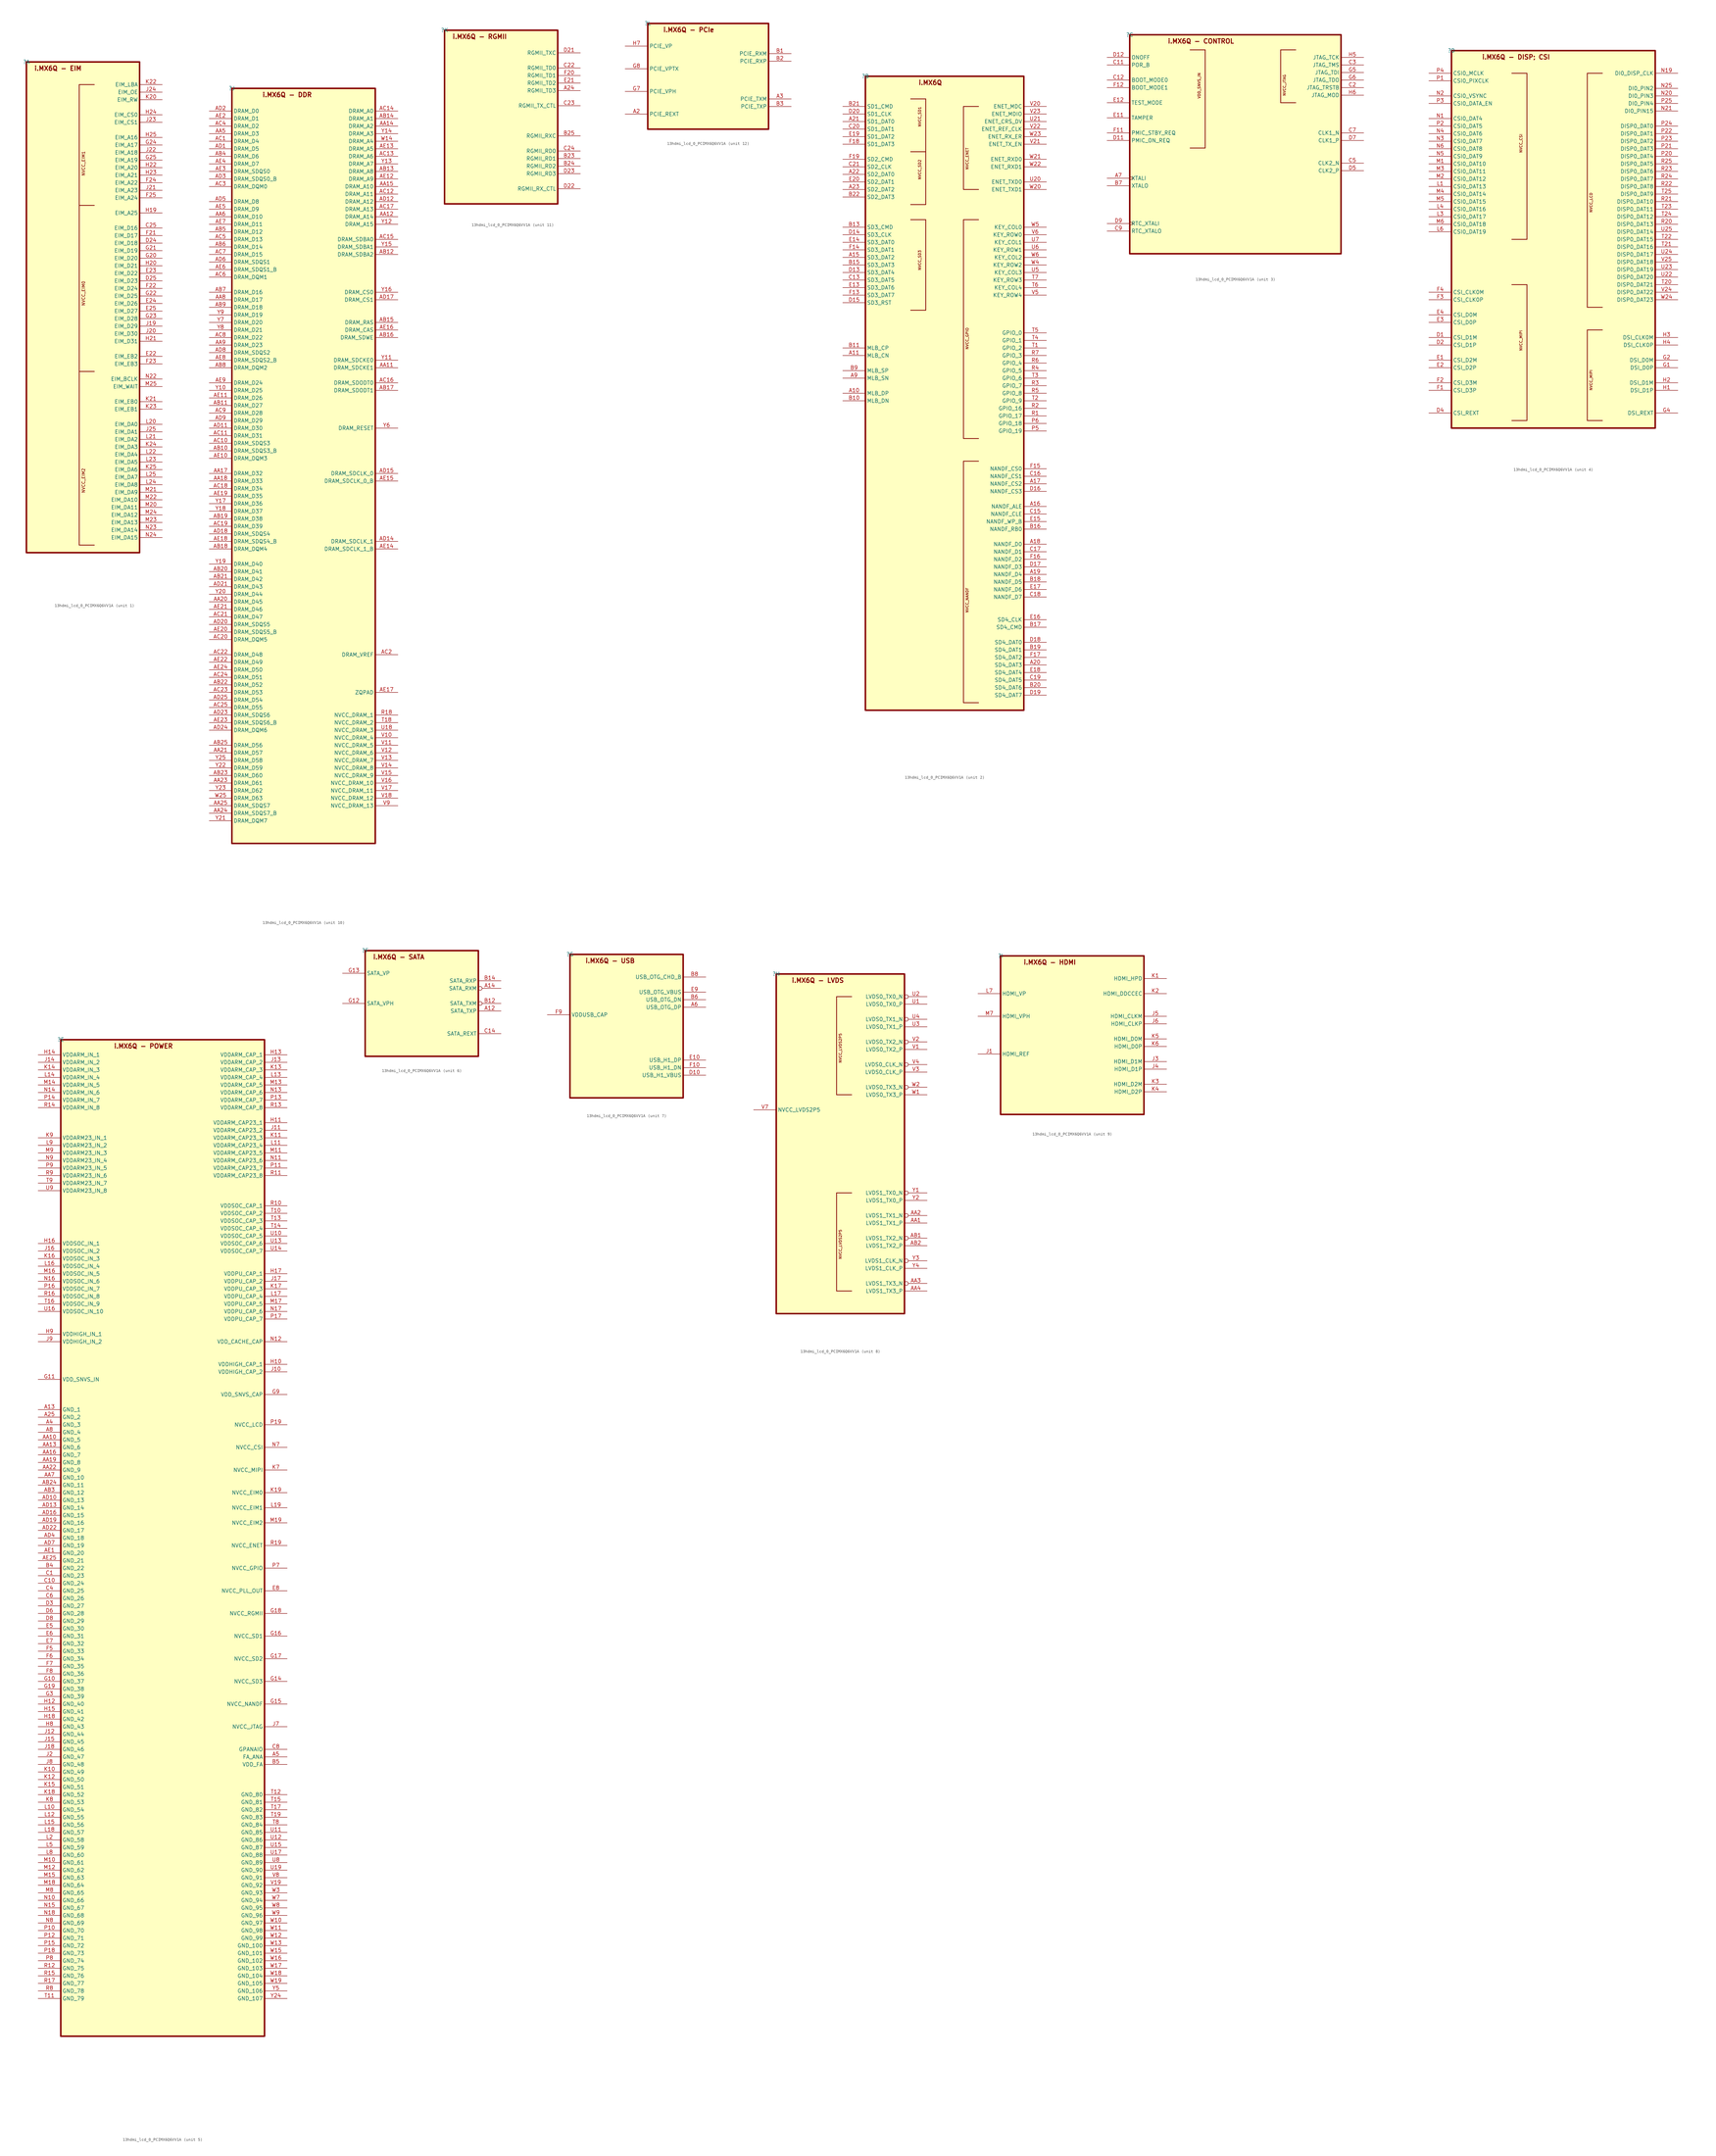
<source format=kicad_sym>
(kicad_symbol_lib
  (version 20220914)
  (generator kicad_symbol_editor)
  (symbol "13hdmi_lcd_0_PCIMX6Q6VV1A"
    (property "Reference" ""
      (at 0 0 0)
      (effects (font (size 1.27 1.27))))
    (property "Value" ""
      (at 0 0 0)
      (effects (font (size 1.27 1.27))))
    (symbol "13hdmi_lcd_0_PCIMX6Q6VV1A_1_0"
      (polyline (pts (xy 17.78 -104.14) (xy 17.78 -162.56)) (stroke (width 0.254) (type solid)) (fill (type none)))
      (polyline (pts (xy 17.78 -104.14) (xy 22.86 -104.14)) (stroke (width 0.254) (type solid)) (fill (type none)))
      (polyline (pts (xy 17.78 -48.26) (xy 22.86 -48.26)) (stroke (width 0.254) (type solid)) (fill (type none)))
      (polyline (pts (xy 17.78 -7.62) (xy 17.78 -104.14)) (stroke (width 0.254) (type solid)) (fill (type none)))
      (polyline (pts (xy 22.86 -162.56) (xy 17.78 -162.56)) (stroke (width 0.254) (type solid)) (fill (type none)))
      (polyline (pts (xy 22.86 -7.62) (xy 17.78 -7.62)) (stroke (width 0.254) (type solid)) (fill (type none)))
      (rectangle (start 38.1 0) (end 0 -165.1) (stroke (width 0.508) (type solid)) (fill (type background)))
      (text "i.MX6Q - EIM" (at 2.54 -3.048 0) (effects (font (size 1.524 1.524) bold) (justify left bottom)))
      (text "NVCC_EIM0" (at 19.812 -82.101 900) (effects (font (size 1.016 1.016)) (justify left bottom)))
      (text "NVCC_EIM1" (at 19.812 -38.413 900) (effects (font (size 1.016 1.016)) (justify left bottom)))
      (text "NVCC_EIM2" (at 19.812 -145.093 900) (effects (font (size 1.016 1.016)) (justify left bottom)))
      (pin bidirectional line (at 45.72 -55.88 180) (length 7.62) (name "EIM_D16" (effects (font (size 1.27 1.27)))) (number "C25" (effects (font (size 1.27 1.27)))))
      (pin bidirectional line (at 45.72 -60.96 180) (length 7.62) (name "EIM_D18" (effects (font (size 1.27 1.27)))) (number "D24" (effects (font (size 1.27 1.27)))))
      (pin bidirectional line (at 45.72 -73.66 180) (length 7.62) (name "EIM_D23" (effects (font (size 1.27 1.27)))) (number "D25" (effects (font (size 1.27 1.27)))))
      (pin bidirectional line (at 45.72 -99.06 180) (length 7.62) (name "EIM_EB2" (effects (font (size 1.27 1.27)))) (number "E22" (effects (font (size 1.27 1.27)))))
      (pin bidirectional line (at 45.72 -71.12 180) (length 7.62) (name "EIM_D22" (effects (font (size 1.27 1.27)))) (number "E23" (effects (font (size 1.27 1.27)))))
      (pin bidirectional line (at 45.72 -81.28 180) (length 7.62) (name "EIM_D26" (effects (font (size 1.27 1.27)))) (number "E24" (effects (font (size 1.27 1.27)))))
      (pin bidirectional line (at 45.72 -83.82 180) (length 7.62) (name "EIM_D27" (effects (font (size 1.27 1.27)))) (number "E25" (effects (font (size 1.27 1.27)))))
      (pin bidirectional line (at 45.72 -58.42 180) (length 7.62) (name "EIM_D17" (effects (font (size 1.27 1.27)))) (number "F21" (effects (font (size 1.27 1.27)))))
      (pin bidirectional line (at 45.72 -76.2 180) (length 7.62) (name "EIM_D24" (effects (font (size 1.27 1.27)))) (number "F22" (effects (font (size 1.27 1.27)))))
      (pin bidirectional line (at 45.72 -101.6 180) (length 7.62) (name "EIM_EB3" (effects (font (size 1.27 1.27)))) (number "F23" (effects (font (size 1.27 1.27)))))
      (pin bidirectional line (at 45.72 -40.64 180) (length 7.62) (name "EIM_A22" (effects (font (size 1.27 1.27)))) (number "F24" (effects (font (size 1.27 1.27)))))
      (pin bidirectional line (at 45.72 -45.72 180) (length 7.62) (name "EIM_A24" (effects (font (size 1.27 1.27)))) (number "F25" (effects (font (size 1.27 1.27)))))
      (pin bidirectional line (at 45.72 -66.04 180) (length 7.62) (name "EIM_D20" (effects (font (size 1.27 1.27)))) (number "G20" (effects (font (size 1.27 1.27)))))
      (pin bidirectional line (at 45.72 -63.5 180) (length 7.62) (name "EIM_D19" (effects (font (size 1.27 1.27)))) (number "G21" (effects (font (size 1.27 1.27)))))
      (pin bidirectional line (at 45.72 -78.74 180) (length 7.62) (name "EIM_D25" (effects (font (size 1.27 1.27)))) (number "G22" (effects (font (size 1.27 1.27)))))
      (pin bidirectional line (at 45.72 -86.36 180) (length 7.62) (name "EIM_D28" (effects (font (size 1.27 1.27)))) (number "G23" (effects (font (size 1.27 1.27)))))
      (pin bidirectional line (at 45.72 -27.94 180) (length 7.62) (name "EIM_A17" (effects (font (size 1.27 1.27)))) (number "G24" (effects (font (size 1.27 1.27)))))
      (pin bidirectional line (at 45.72 -33.02 180) (length 7.62) (name "EIM_A19" (effects (font (size 1.27 1.27)))) (number "G25" (effects (font (size 1.27 1.27)))))
      (pin bidirectional line (at 45.72 -50.8 180) (length 7.62) (name "EIM_A25" (effects (font (size 1.27 1.27)))) (number "H19" (effects (font (size 1.27 1.27)))))
      (pin bidirectional line (at 45.72 -68.58 180) (length 7.62) (name "EIM_D21" (effects (font (size 1.27 1.27)))) (number "H20" (effects (font (size 1.27 1.27)))))
      (pin bidirectional line (at 45.72 -93.98 180) (length 7.62) (name "EIM_D31" (effects (font (size 1.27 1.27)))) (number "H21" (effects (font (size 1.27 1.27)))))
      (pin bidirectional line (at 45.72 -35.56 180) (length 7.62) (name "EIM_A20" (effects (font (size 1.27 1.27)))) (number "H22" (effects (font (size 1.27 1.27)))))
      (pin bidirectional line (at 45.72 -38.1 180) (length 7.62) (name "EIM_A21" (effects (font (size 1.27 1.27)))) (number "H23" (effects (font (size 1.27 1.27)))))
      (pin bidirectional line (at 45.72 -17.78 180) (length 7.62) (name "EIM_CS0" (effects (font (size 1.27 1.27)))) (number "H24" (effects (font (size 1.27 1.27)))))
      (pin bidirectional line (at 45.72 -25.4 180) (length 7.62) (name "EIM_A16" (effects (font (size 1.27 1.27)))) (number "H25" (effects (font (size 1.27 1.27)))))
      (pin bidirectional line (at 45.72 -88.9 180) (length 7.62) (name "EIM_D29" (effects (font (size 1.27 1.27)))) (number "J19" (effects (font (size 1.27 1.27)))))
      (pin bidirectional line (at 45.72 -91.44 180) (length 7.62) (name "EIM_D30" (effects (font (size 1.27 1.27)))) (number "J20" (effects (font (size 1.27 1.27)))))
      (pin bidirectional line (at 45.72 -43.18 180) (length 7.62) (name "EIM_A23" (effects (font (size 1.27 1.27)))) (number "J21" (effects (font (size 1.27 1.27)))))
      (pin bidirectional line (at 45.72 -30.48 180) (length 7.62) (name "EIM_A18" (effects (font (size 1.27 1.27)))) (number "J22" (effects (font (size 1.27 1.27)))))
      (pin bidirectional line (at 45.72 -20.32 180) (length 7.62) (name "EIM_CS1" (effects (font (size 1.27 1.27)))) (number "J23" (effects (font (size 1.27 1.27)))))
      (pin bidirectional line (at 45.72 -10.16 180) (length 7.62) (name "EIM_OE" (effects (font (size 1.27 1.27)))) (number "J24" (effects (font (size 1.27 1.27)))))
      (pin bidirectional line (at 45.72 -124.46 180) (length 7.62) (name "EIM_DA1" (effects (font (size 1.27 1.27)))) (number "J25" (effects (font (size 1.27 1.27)))))
      (pin bidirectional line (at 45.72 -12.7 180) (length 7.62) (name "EIM_RW" (effects (font (size 1.27 1.27)))) (number "K20" (effects (font (size 1.27 1.27)))))
      (pin bidirectional line (at 45.72 -114.3 180) (length 7.62) (name "EIM_EB0" (effects (font (size 1.27 1.27)))) (number "K21" (effects (font (size 1.27 1.27)))))
      (pin bidirectional line (at 45.72 -7.62 180) (length 7.62) (name "EIM_LBA" (effects (font (size 1.27 1.27)))) (number "K22" (effects (font (size 1.27 1.27)))))
      (pin bidirectional line (at 45.72 -116.84 180) (length 7.62) (name "EIM_EB1" (effects (font (size 1.27 1.27)))) (number "K23" (effects (font (size 1.27 1.27)))))
      (pin bidirectional line (at 45.72 -129.54 180) (length 7.62) (name "EIM_DA3" (effects (font (size 1.27 1.27)))) (number "K24" (effects (font (size 1.27 1.27)))))
      (pin bidirectional line (at 45.72 -137.16 180) (length 7.62) (name "EIM_DA6" (effects (font (size 1.27 1.27)))) (number "K25" (effects (font (size 1.27 1.27)))))
      (pin bidirectional line (at 45.72 -121.92 180) (length 7.62) (name "EIM_DA0" (effects (font (size 1.27 1.27)))) (number "L20" (effects (font (size 1.27 1.27)))))
      (pin bidirectional line (at 45.72 -127 180) (length 7.62) (name "EIM_DA2" (effects (font (size 1.27 1.27)))) (number "L21" (effects (font (size 1.27 1.27)))))
      (pin bidirectional line (at 45.72 -132.08 180) (length 7.62) (name "EIM_DA4" (effects (font (size 1.27 1.27)))) (number "L22" (effects (font (size 1.27 1.27)))))
      (pin bidirectional line (at 45.72 -134.62 180) (length 7.62) (name "EIM_DA5" (effects (font (size 1.27 1.27)))) (number "L23" (effects (font (size 1.27 1.27)))))
      (pin bidirectional line (at 45.72 -142.24 180) (length 7.62) (name "EIM_DA8" (effects (font (size 1.27 1.27)))) (number "L24" (effects (font (size 1.27 1.27)))))
      (pin bidirectional line (at 45.72 -139.7 180) (length 7.62) (name "EIM_DA7" (effects (font (size 1.27 1.27)))) (number "L25" (effects (font (size 1.27 1.27)))))
      (pin bidirectional line (at 45.72 -149.86 180) (length 7.62) (name "EIM_DA11" (effects (font (size 1.27 1.27)))) (number "M20" (effects (font (size 1.27 1.27)))))
      (pin bidirectional line (at 45.72 -144.78 180) (length 7.62) (name "EIM_DA9" (effects (font (size 1.27 1.27)))) (number "M21" (effects (font (size 1.27 1.27)))))
      (pin bidirectional line (at 45.72 -147.32 180) (length 7.62) (name "EIM_DA10" (effects (font (size 1.27 1.27)))) (number "M22" (effects (font (size 1.27 1.27)))))
      (pin bidirectional line (at 45.72 -154.94 180) (length 7.62) (name "EIM_DA13" (effects (font (size 1.27 1.27)))) (number "M23" (effects (font (size 1.27 1.27)))))
      (pin bidirectional line (at 45.72 -152.4 180) (length 7.62) (name "EIM_DA12" (effects (font (size 1.27 1.27)))) (number "M24" (effects (font (size 1.27 1.27)))))
      (pin bidirectional line (at 45.72 -109.22 180) (length 7.62) (name "EIM_WAIT" (effects (font (size 1.27 1.27)))) (number "M25" (effects (font (size 1.27 1.27)))))
      (pin bidirectional line (at 45.72 -106.68 180) (length 7.62) (name "EIM_BCLK" (effects (font (size 1.27 1.27)))) (number "N22" (effects (font (size 1.27 1.27)))))
      (pin bidirectional line (at 45.72 -157.48 180) (length 7.62) (name "EIM_DA14" (effects (font (size 1.27 1.27)))) (number "N23" (effects (font (size 1.27 1.27)))))
      (pin bidirectional line (at 45.72 -160.02 180) (length 7.62) (name "EIM_DA15" (effects (font (size 1.27 1.27)))) (number "N24" (effects (font (size 1.27 1.27))))))
    (symbol "13hdmi_lcd_0_PCIMX6Q6VV1A_2_0"
      (polyline (pts (xy 20.32 -78.74) (xy 15.24 -78.74)) (stroke (width 0.254) (type solid)) (fill (type none)))
      (polyline (pts (xy 20.32 -48.26) (xy 15.24 -48.26)) (stroke (width 0.254) (type solid)) (fill (type none)))
      (polyline (pts (xy 20.32 -48.26) (xy 20.32 -78.74)) (stroke (width 0.254) (type solid)) (fill (type none)))
      (polyline (pts (xy 20.32 -43.18) (xy 15.24 -43.18)) (stroke (width 0.254) (type solid)) (fill (type none)))
      (polyline (pts (xy 20.32 -25.4) (xy 15.24 -25.4)) (stroke (width 0.254) (type solid)) (fill (type none)))
      (polyline (pts (xy 20.32 -7.62) (xy 15.24 -7.62)) (stroke (width 0.254) (type solid)) (fill (type none)))
      (polyline (pts (xy 20.32 -7.62) (xy 20.32 -43.18)) (stroke (width 0.254) (type solid)) (fill (type none)))
      (polyline (pts (xy 33.02 -129.54) (xy 33.02 -210.82)) (stroke (width 0.254) (type solid)) (fill (type none)))
      (polyline (pts (xy 33.02 -48.26) (xy 33.02 -121.92)) (stroke (width 0.254) (type solid)) (fill (type none)))
      (polyline (pts (xy 33.02 -10.16) (xy 33.02 -38.1)) (stroke (width 0.254) (type solid)) (fill (type none)))
      (polyline (pts (xy 38.1 -210.82) (xy 33.02 -210.82)) (stroke (width 0.254) (type solid)) (fill (type none)))
      (polyline (pts (xy 38.1 -129.54) (xy 33.02 -129.54)) (stroke (width 0.254) (type solid)) (fill (type none)))
      (polyline (pts (xy 38.1 -121.92) (xy 33.02 -121.92)) (stroke (width 0.254) (type solid)) (fill (type none)))
      (polyline (pts (xy 38.1 -48.26) (xy 33.02 -48.26)) (stroke (width 0.254) (type solid)) (fill (type none)))
      (polyline (pts (xy 38.1 -38.1) (xy 33.02 -38.1)) (stroke (width 0.254) (type solid)) (fill (type none)))
      (polyline (pts (xy 38.1 -10.16) (xy 33.02 -10.16)) (stroke (width 0.254) (type solid)) (fill (type none)))
      (rectangle (start 53.34 0) (end 0 -213.36) (stroke (width 0.508) (type solid)) (fill (type background)))
      (text "i.MX6Q" (at 17.78 -3.048 0) (effects (font (size 1.524 1.524) bold) (justify left bottom)))
      (text "NVCC_ENET" (at 34.798 -31.496 900) (effects (font (size 0.889 0.889)) (justify left bottom)))
      (text "NVCC_GPIO" (at 34.798 -92.007 900) (effects (font (size 0.889 0.889)) (justify left bottom)))
      (text "NVCC_NANDF" (at 34.798 -180.614 900) (effects (font (size 0.889 0.889)) (justify left bottom)))
      (text "NVCC_SD1" (at 17.78 -10.16 900) (effects (font (size 0.889 0.889)) (justify right top)))
      (text "NVCC_SD2" (at 17.78 -27.94 900) (effects (font (size 0.889 0.889)) (justify right top)))
      (text "NVCC_SD3" (at 17.78 -58.42 900) (effects (font (size 0.889 0.889)) (justify right top)))
      (pin input line (at -7.62 -106.68 0) (length 7.62) (name "MLB_DP" (effects (font (size 1.27 1.27)))) (number "A10" (effects (font (size 1.27 1.27)))))
      (pin input line (at -7.62 -93.98 0) (length 7.62) (name "MLB_CN" (effects (font (size 1.27 1.27)))) (number "A11" (effects (font (size 1.27 1.27)))))
      (pin bidirectional line (at -7.62 -60.96 0) (length 7.62) (name "SD3_DAT2" (effects (font (size 1.27 1.27)))) (number "A15" (effects (font (size 1.27 1.27)))))
      (pin bidirectional line (at 60.96 -144.78 180) (length 7.62) (name "NANDF_ALE" (effects (font (size 1.27 1.27)))) (number "A16" (effects (font (size 1.27 1.27)))))
      (pin bidirectional line (at 60.96 -137.16 180) (length 7.62) (name "NANDF_CS2" (effects (font (size 1.27 1.27)))) (number "A17" (effects (font (size 1.27 1.27)))))
      (pin bidirectional line (at 60.96 -157.48 180) (length 7.62) (name "NANDF_D0" (effects (font (size 1.27 1.27)))) (number "A18" (effects (font (size 1.27 1.27)))))
      (pin bidirectional line (at 60.96 -167.64 180) (length 7.62) (name "NANDF_D4" (effects (font (size 1.27 1.27)))) (number "A19" (effects (font (size 1.27 1.27)))))
      (pin bidirectional line (at 60.96 -198.12 180) (length 7.62) (name "SD4_DAT3" (effects (font (size 1.27 1.27)))) (number "A20" (effects (font (size 1.27 1.27)))))
      (pin bidirectional line (at -7.62 -15.24 0) (length 7.62) (name "SD1_DAT0" (effects (font (size 1.27 1.27)))) (number "A21" (effects (font (size 1.27 1.27)))))
      (pin bidirectional line (at -7.62 -33.02 0) (length 7.62) (name "SD2_DAT0" (effects (font (size 1.27 1.27)))) (number "A22" (effects (font (size 1.27 1.27)))))
      (pin bidirectional line (at -7.62 -38.1 0) (length 7.62) (name "SD2_DAT2" (effects (font (size 1.27 1.27)))) (number "A23" (effects (font (size 1.27 1.27)))))
      (pin input line (at -7.62 -101.6 0) (length 7.62) (name "MLB_SN" (effects (font (size 1.27 1.27)))) (number "A9" (effects (font (size 1.27 1.27)))))
      (pin input line (at -7.62 -109.22 0) (length 7.62) (name "MLB_DN" (effects (font (size 1.27 1.27)))) (number "B10" (effects (font (size 1.27 1.27)))))
      (pin input line (at -7.62 -91.44 0) (length 7.62) (name "MLB_CP" (effects (font (size 1.27 1.27)))) (number "B11" (effects (font (size 1.27 1.27)))))
      (pin bidirectional line (at -7.62 -50.8 0) (length 7.62) (name "SD3_CMD" (effects (font (size 1.27 1.27)))) (number "B13" (effects (font (size 1.27 1.27)))))
      (pin bidirectional line (at -7.62 -63.5 0) (length 7.62) (name "SD3_DAT3" (effects (font (size 1.27 1.27)))) (number "B15" (effects (font (size 1.27 1.27)))))
      (pin bidirectional line (at 60.96 -152.4 180) (length 7.62) (name "NANDF_RB0" (effects (font (size 1.27 1.27)))) (number "B16" (effects (font (size 1.27 1.27)))))
      (pin bidirectional line (at 60.96 -185.42 180) (length 7.62) (name "SD4_CMD" (effects (font (size 1.27 1.27)))) (number "B17" (effects (font (size 1.27 1.27)))))
      (pin bidirectional line (at 60.96 -170.18 180) (length 7.62) (name "NANDF_D5" (effects (font (size 1.27 1.27)))) (number "B18" (effects (font (size 1.27 1.27)))))
      (pin bidirectional line (at 60.96 -193.04 180) (length 7.62) (name "SD4_DAT1" (effects (font (size 1.27 1.27)))) (number "B19" (effects (font (size 1.27 1.27)))))
      (pin bidirectional line (at 60.96 -205.74 180) (length 7.62) (name "SD4_DAT6" (effects (font (size 1.27 1.27)))) (number "B20" (effects (font (size 1.27 1.27)))))
      (pin bidirectional line (at -7.62 -10.16 0) (length 7.62) (name "SD1_CMD" (effects (font (size 1.27 1.27)))) (number "B21" (effects (font (size 1.27 1.27)))))
      (pin bidirectional line (at -7.62 -40.64 0) (length 7.62) (name "SD2_DAT3" (effects (font (size 1.27 1.27)))) (number "B22" (effects (font (size 1.27 1.27)))))
      (pin input line (at -7.62 -99.06 0) (length 7.62) (name "MLB_SP" (effects (font (size 1.27 1.27)))) (number "B9" (effects (font (size 1.27 1.27)))))
      (pin bidirectional line (at -7.62 -68.58 0) (length 7.62) (name "SD3_DAT5" (effects (font (size 1.27 1.27)))) (number "C13" (effects (font (size 1.27 1.27)))))
      (pin bidirectional line (at 60.96 -147.32 180) (length 7.62) (name "NANDF_CLE" (effects (font (size 1.27 1.27)))) (number "C15" (effects (font (size 1.27 1.27)))))
      (pin bidirectional line (at 60.96 -134.62 180) (length 7.62) (name "NANDF_CS1" (effects (font (size 1.27 1.27)))) (number "C16" (effects (font (size 1.27 1.27)))))
      (pin bidirectional line (at 60.96 -160.02 180) (length 7.62) (name "NANDF_D1" (effects (font (size 1.27 1.27)))) (number "C17" (effects (font (size 1.27 1.27)))))
      (pin bidirectional line (at 60.96 -175.26 180) (length 7.62) (name "NANDF_D7" (effects (font (size 1.27 1.27)))) (number "C18" (effects (font (size 1.27 1.27)))))
      (pin bidirectional line (at 60.96 -203.2 180) (length 7.62) (name "SD4_DAT5" (effects (font (size 1.27 1.27)))) (number "C19" (effects (font (size 1.27 1.27)))))
      (pin bidirectional line (at -7.62 -17.78 0) (length 7.62) (name "SD1_DAT1" (effects (font (size 1.27 1.27)))) (number "C20" (effects (font (size 1.27 1.27)))))
      (pin bidirectional line (at -7.62 -30.48 0) (length 7.62) (name "SD2_CLK" (effects (font (size 1.27 1.27)))) (number "C21" (effects (font (size 1.27 1.27)))))
      (pin bidirectional line (at -7.62 -66.04 0) (length 7.62) (name "SD3_DAT4" (effects (font (size 1.27 1.27)))) (number "D13" (effects (font (size 1.27 1.27)))))
      (pin bidirectional line (at -7.62 -53.34 0) (length 7.62) (name "SD3_CLK" (effects (font (size 1.27 1.27)))) (number "D14" (effects (font (size 1.27 1.27)))))
      (pin bidirectional line (at -7.62 -76.2 0) (length 7.62) (name "SD3_RST" (effects (font (size 1.27 1.27)))) (number "D15" (effects (font (size 1.27 1.27)))))
      (pin bidirectional line (at 60.96 -139.7 180) (length 7.62) (name "NANDF_CS3" (effects (font (size 1.27 1.27)))) (number "D16" (effects (font (size 1.27 1.27)))))
      (pin bidirectional line (at 60.96 -165.1 180) (length 7.62) (name "NANDF_D3" (effects (font (size 1.27 1.27)))) (number "D17" (effects (font (size 1.27 1.27)))))
      (pin bidirectional line (at 60.96 -190.5 180) (length 7.62) (name "SD4_DAT0" (effects (font (size 1.27 1.27)))) (number "D18" (effects (font (size 1.27 1.27)))))
      (pin bidirectional line (at 60.96 -208.28 180) (length 7.62) (name "SD4_DAT7" (effects (font (size 1.27 1.27)))) (number "D19" (effects (font (size 1.27 1.27)))))
      (pin bidirectional line (at -7.62 -12.7 0) (length 7.62) (name "SD1_CLK" (effects (font (size 1.27 1.27)))) (number "D20" (effects (font (size 1.27 1.27)))))
      (pin bidirectional line (at -7.62 -71.12 0) (length 7.62) (name "SD3_DAT6" (effects (font (size 1.27 1.27)))) (number "E13" (effects (font (size 1.27 1.27)))))
      (pin bidirectional line (at -7.62 -55.88 0) (length 7.62) (name "SD3_DAT0" (effects (font (size 1.27 1.27)))) (number "E14" (effects (font (size 1.27 1.27)))))
      (pin bidirectional line (at 60.96 -149.86 180) (length 7.62) (name "NANDF_WP_B" (effects (font (size 1.27 1.27)))) (number "E15" (effects (font (size 1.27 1.27)))))
      (pin bidirectional line (at 60.96 -182.88 180) (length 7.62) (name "SD4_CLK" (effects (font (size 1.27 1.27)))) (number "E16" (effects (font (size 1.27 1.27)))))
      (pin bidirectional line (at 60.96 -172.72 180) (length 7.62) (name "NANDF_D6" (effects (font (size 1.27 1.27)))) (number "E17" (effects (font (size 1.27 1.27)))))
      (pin bidirectional line (at 60.96 -200.66 180) (length 7.62) (name "SD4_DAT4" (effects (font (size 1.27 1.27)))) (number "E18" (effects (font (size 1.27 1.27)))))
      (pin bidirectional line (at -7.62 -20.32 0) (length 7.62) (name "SD1_DAT2" (effects (font (size 1.27 1.27)))) (number "E19" (effects (font (size 1.27 1.27)))))
      (pin bidirectional line (at -7.62 -35.56 0) (length 7.62) (name "SD2_DAT1" (effects (font (size 1.27 1.27)))) (number "E20" (effects (font (size 1.27 1.27)))))
      (pin bidirectional line (at -7.62 -73.66 0) (length 7.62) (name "SD3_DAT7" (effects (font (size 1.27 1.27)))) (number "F13" (effects (font (size 1.27 1.27)))))
      (pin bidirectional line (at -7.62 -58.42 0) (length 7.62) (name "SD3_DAT1" (effects (font (size 1.27 1.27)))) (number "F14" (effects (font (size 1.27 1.27)))))
      (pin bidirectional line (at 60.96 -132.08 180) (length 7.62) (name "NANDF_CS0" (effects (font (size 1.27 1.27)))) (number "F15" (effects (font (size 1.27 1.27)))))
      (pin bidirectional line (at 60.96 -162.56 180) (length 7.62) (name "NANDF_D2" (effects (font (size 1.27 1.27)))) (number "F16" (effects (font (size 1.27 1.27)))))
      (pin bidirectional line (at 60.96 -195.58 180) (length 7.62) (name "SD4_DAT2" (effects (font (size 1.27 1.27)))) (number "F17" (effects (font (size 1.27 1.27)))))
      (pin bidirectional line (at -7.62 -22.86 0) (length 7.62) (name "SD1_DAT3" (effects (font (size 1.27 1.27)))) (number "F18" (effects (font (size 1.27 1.27)))))
      (pin bidirectional line (at -7.62 -27.94 0) (length 7.62) (name "SD2_CMD" (effects (font (size 1.27 1.27)))) (number "F19" (effects (font (size 1.27 1.27)))))
      (pin bidirectional line (at 60.96 -119.38 180) (length 7.62) (name "GPIO_19" (effects (font (size 1.27 1.27)))) (number "P5" (effects (font (size 1.27 1.27)))))
      (pin bidirectional line (at 60.96 -116.84 180) (length 7.62) (name "GPIO_18" (effects (font (size 1.27 1.27)))) (number "P6" (effects (font (size 1.27 1.27)))))
      (pin bidirectional line (at 60.96 -114.3 180) (length 7.62) (name "GPIO_17" (effects (font (size 1.27 1.27)))) (number "R1" (effects (font (size 1.27 1.27)))))
      (pin bidirectional line (at 60.96 -111.76 180) (length 7.62) (name "GPIO_16" (effects (font (size 1.27 1.27)))) (number "R2" (effects (font (size 1.27 1.27)))))
      (pin bidirectional line (at 60.96 -104.14 180) (length 7.62) (name "GPIO_7" (effects (font (size 1.27 1.27)))) (number "R3" (effects (font (size 1.27 1.27)))))
      (pin bidirectional line (at 60.96 -99.06 180) (length 7.62) (name "GPIO_5" (effects (font (size 1.27 1.27)))) (number "R4" (effects (font (size 1.27 1.27)))))
      (pin bidirectional line (at 60.96 -106.68 180) (length 7.62) (name "GPIO_8" (effects (font (size 1.27 1.27)))) (number "R5" (effects (font (size 1.27 1.27)))))
      (pin bidirectional line (at 60.96 -96.52 180) (length 7.62) (name "GPIO_4" (effects (font (size 1.27 1.27)))) (number "R6" (effects (font (size 1.27 1.27)))))
      (pin bidirectional line (at 60.96 -93.98 180) (length 7.62) (name "GPIO_3" (effects (font (size 1.27 1.27)))) (number "R7" (effects (font (size 1.27 1.27)))))
      (pin bidirectional line (at 60.96 -91.44 180) (length 7.62) (name "GPIO_2" (effects (font (size 1.27 1.27)))) (number "T1" (effects (font (size 1.27 1.27)))))
      (pin bidirectional line (at 60.96 -109.22 180) (length 7.62) (name "GPIO_9" (effects (font (size 1.27 1.27)))) (number "T2" (effects (font (size 1.27 1.27)))))
      (pin bidirectional line (at 60.96 -101.6 180) (length 7.62) (name "GPIO_6" (effects (font (size 1.27 1.27)))) (number "T3" (effects (font (size 1.27 1.27)))))
      (pin bidirectional line (at 60.96 -88.9 180) (length 7.62) (name "GPIO_1" (effects (font (size 1.27 1.27)))) (number "T4" (effects (font (size 1.27 1.27)))))
      (pin bidirectional line (at 60.96 -86.36 180) (length 7.62) (name "GPIO_0" (effects (font (size 1.27 1.27)))) (number "T5" (effects (font (size 1.27 1.27)))))
      (pin bidirectional line (at 60.96 -71.12 180) (length 7.62) (name "KEY_COL4" (effects (font (size 1.27 1.27)))) (number "T6" (effects (font (size 1.27 1.27)))))
      (pin bidirectional line (at 60.96 -68.58 180) (length 7.62) (name "KEY_ROW3" (effects (font (size 1.27 1.27)))) (number "T7" (effects (font (size 1.27 1.27)))))
      (pin bidirectional line (at 60.96 -35.56 180) (length 7.62) (name "ENET_TXD0" (effects (font (size 1.27 1.27)))) (number "U20" (effects (font (size 1.27 1.27)))))
      (pin bidirectional line (at 60.96 -15.24 180) (length 7.62) (name "ENET_CRS_DV" (effects (font (size 1.27 1.27)))) (number "U21" (effects (font (size 1.27 1.27)))))
      (pin bidirectional line (at 60.96 -66.04 180) (length 7.62) (name "KEY_COL3" (effects (font (size 1.27 1.27)))) (number "U5" (effects (font (size 1.27 1.27)))))
      (pin bidirectional line (at 60.96 -58.42 180) (length 7.62) (name "KEY_ROW1" (effects (font (size 1.27 1.27)))) (number "U6" (effects (font (size 1.27 1.27)))))
      (pin bidirectional line (at 60.96 -55.88 180) (length 7.62) (name "KEY_COL1" (effects (font (size 1.27 1.27)))) (number "U7" (effects (font (size 1.27 1.27)))))
      (pin bidirectional line (at 60.96 -10.16 180) (length 7.62) (name "ENET_MDC" (effects (font (size 1.27 1.27)))) (number "V20" (effects (font (size 1.27 1.27)))))
      (pin bidirectional line (at 60.96 -22.86 180) (length 7.62) (name "ENET_TX_EN" (effects (font (size 1.27 1.27)))) (number "V21" (effects (font (size 1.27 1.27)))))
      (pin bidirectional line (at 60.96 -17.78 180) (length 7.62) (name "ENET_REF_CLK" (effects (font (size 1.27 1.27)))) (number "V22" (effects (font (size 1.27 1.27)))))
      (pin bidirectional line (at 60.96 -12.7 180) (length 7.62) (name "ENET_MDIO" (effects (font (size 1.27 1.27)))) (number "V23" (effects (font (size 1.27 1.27)))))
      (pin bidirectional line (at 60.96 -73.66 180) (length 7.62) (name "KEY_ROW4" (effects (font (size 1.27 1.27)))) (number "V5" (effects (font (size 1.27 1.27)))))
      (pin bidirectional line (at 60.96 -53.34 180) (length 7.62) (name "KEY_ROW0" (effects (font (size 1.27 1.27)))) (number "V6" (effects (font (size 1.27 1.27)))))
      (pin bidirectional line (at 60.96 -38.1 180) (length 7.62) (name "ENET_TXD1" (effects (font (size 1.27 1.27)))) (number "W20" (effects (font (size 1.27 1.27)))))
      (pin bidirectional line (at 60.96 -27.94 180) (length 7.62) (name "ENET_RXD0" (effects (font (size 1.27 1.27)))) (number "W21" (effects (font (size 1.27 1.27)))))
      (pin bidirectional line (at 60.96 -30.48 180) (length 7.62) (name "ENET_RXD1" (effects (font (size 1.27 1.27)))) (number "W22" (effects (font (size 1.27 1.27)))))
      (pin bidirectional line (at 60.96 -20.32 180) (length 7.62) (name "ENET_RX_ER" (effects (font (size 1.27 1.27)))) (number "W23" (effects (font (size 1.27 1.27)))))
      (pin bidirectional line (at 60.96 -63.5 180) (length 7.62) (name "KEY_ROW2" (effects (font (size 1.27 1.27)))) (number "W4" (effects (font (size 1.27 1.27)))))
      (pin bidirectional line (at 60.96 -50.8 180) (length 7.62) (name "KEY_COL0" (effects (font (size 1.27 1.27)))) (number "W5" (effects (font (size 1.27 1.27)))))
      (pin bidirectional line (at 60.96 -60.96 180) (length 7.62) (name "KEY_COL2" (effects (font (size 1.27 1.27)))) (number "W6" (effects (font (size 1.27 1.27))))))
    (symbol "13hdmi_lcd_0_PCIMX6Q6VV1A_3_0"
      (polyline (pts (xy 25.4 -38.1) (xy 20.32 -38.1)) (stroke (width 0.254) (type solid)) (fill (type none)))
      (polyline (pts (xy 25.4 -5.08) (xy 20.32 -5.08)) (stroke (width 0.254) (type solid)) (fill (type none)))
      (polyline (pts (xy 25.4 -5.08) (xy 25.4 -38.1)) (stroke (width 0.254) (type solid)) (fill (type none)))
      (polyline (pts (xy 50.8 -22.86) (xy 55.88 -22.86)) (stroke (width 0.254) (type solid)) (fill (type none)))
      (polyline (pts (xy 50.8 -5.08) (xy 50.8 -22.86)) (stroke (width 0.254) (type solid)) (fill (type none)))
      (polyline (pts (xy 50.8 -5.08) (xy 55.88 -5.08)) (stroke (width 0.254) (type solid)) (fill (type none)))
      (rectangle (start 71.12 0) (end 0 -73.66) (stroke (width 0.508) (type solid)) (fill (type background)))
      (text "i.MX6Q - CONTROL" (at 12.7 -3.048 0) (effects (font (size 1.524 1.524) bold) (justify left bottom)))
      (text "NVCC_JTAG" (at 52.578 -20.633 900) (effects (font (size 0.889 0.889)) (justify left bottom)))
      (text "VDD_SNVS_IN" (at 22.86 -12.7 900) (effects (font (size 0.889 0.889)) (justify right top)))
      (pin input clock (at -7.62 -48.26 0) (length 7.62) (name "XTALI" (effects (font (size 1.27 1.27)))) (number "A7" (effects (font (size 1.27 1.27)))))
      (pin output line (at -7.62 -50.8 0) (length 7.62) (name "XTALO" (effects (font (size 1.27 1.27)))) (number "B7" (effects (font (size 1.27 1.27)))))
      (pin input line (at -7.62 -10.16 0) (length 7.62) (name "POR_B" (effects (font (size 1.27 1.27)))) (number "C11" (effects (font (size 1.27 1.27)))))
      (pin input line (at -7.62 -15.24 0) (length 7.62) (name "BOOT_MODE0" (effects (font (size 1.27 1.27)))) (number "C12" (effects (font (size 1.27 1.27)))))
      (pin input line (at 78.74 -17.78 180) (length 7.62) (name "JTAG_TRSTB" (effects (font (size 1.27 1.27)))) (number "C2" (effects (font (size 1.27 1.27)))))
      (pin input line (at 78.74 -10.16 180) (length 7.62) (name "JTAG_TMS" (effects (font (size 1.27 1.27)))) (number "C3" (effects (font (size 1.27 1.27)))))
      (pin output line (at 78.74 -43.18 180) (length 7.62) (name "CLK2_N" (effects (font (size 1.27 1.27)))) (number "C5" (effects (font (size 1.27 1.27)))))
      (pin output line (at 78.74 -33.02 180) (length 7.62) (name "CLK1_N" (effects (font (size 1.27 1.27)))) (number "C7" (effects (font (size 1.27 1.27)))))
      (pin output line (at -7.62 -66.04 0) (length 7.62) (name "RTC_XTALO" (effects (font (size 1.27 1.27)))) (number "C9" (effects (font (size 1.27 1.27)))))
      (pin output line (at -7.62 -35.56 0) (length 7.62) (name "PMIC_ON_REQ" (effects (font (size 1.27 1.27)))) (number "D11" (effects (font (size 1.27 1.27)))))
      (pin input line (at -7.62 -7.62 0) (length 7.62) (name "ONOFF" (effects (font (size 1.27 1.27)))) (number "D12" (effects (font (size 1.27 1.27)))))
      (pin output line (at 78.74 -45.72 180) (length 7.62) (name "CLK2_P" (effects (font (size 1.27 1.27)))) (number "D5" (effects (font (size 1.27 1.27)))))
      (pin output line (at 78.74 -35.56 180) (length 7.62) (name "CLK1_P" (effects (font (size 1.27 1.27)))) (number "D7" (effects (font (size 1.27 1.27)))))
      (pin input clock (at -7.62 -63.5 0) (length 7.62) (name "RTC_XTALI" (effects (font (size 1.27 1.27)))) (number "D9" (effects (font (size 1.27 1.27)))))
      (pin input line (at -7.62 -27.94 0) (length 7.62) (name "TAMPER" (effects (font (size 1.27 1.27)))) (number "E11" (effects (font (size 1.27 1.27)))))
      (pin input line (at -7.62 -22.86 0) (length 7.62) (name "TEST_MODE" (effects (font (size 1.27 1.27)))) (number "E12" (effects (font (size 1.27 1.27)))))
      (pin output line (at -7.62 -33.02 0) (length 7.62) (name "PMIC_STBY_REQ" (effects (font (size 1.27 1.27)))) (number "F11" (effects (font (size 1.27 1.27)))))
      (pin input line (at -7.62 -17.78 0) (length 7.62) (name "BOOT_MODE1" (effects (font (size 1.27 1.27)))) (number "F12" (effects (font (size 1.27 1.27)))))
      (pin input line (at 78.74 -12.7 180) (length 7.62) (name "JTAG_TDI" (effects (font (size 1.27 1.27)))) (number "G5" (effects (font (size 1.27 1.27)))))
      (pin output line (at 78.74 -15.24 180) (length 7.62) (name "JTAG_TDO" (effects (font (size 1.27 1.27)))) (number "G6" (effects (font (size 1.27 1.27)))))
      (pin input line (at 78.74 -7.62 180) (length 7.62) (name "JTAG_TCK" (effects (font (size 1.27 1.27)))) (number "H5" (effects (font (size 1.27 1.27)))))
      (pin input line (at 78.74 -20.32 180) (length 7.62) (name "JTAG_MOD" (effects (font (size 1.27 1.27)))) (number "H6" (effects (font (size 1.27 1.27))))))
    (symbol "13hdmi_lcd_0_PCIMX6Q6VV1A_4_0"
      (polyline (pts (xy 25.4 -124.46) (xy 20.32 -124.46)) (stroke (width 0.254) (type solid)) (fill (type none)))
      (polyline (pts (xy 25.4 -78.74) (xy 20.32 -78.74)) (stroke (width 0.254) (type solid)) (fill (type none)))
      (polyline (pts (xy 25.4 -78.74) (xy 25.4 -124.46)) (stroke (width 0.254) (type solid)) (fill (type none)))
      (polyline (pts (xy 25.4 -63.5) (xy 20.32 -63.5)) (stroke (width 0.254) (type solid)) (fill (type none)))
      (polyline (pts (xy 25.4 -7.62) (xy 20.32 -7.62)) (stroke (width 0.254) (type solid)) (fill (type none)))
      (polyline (pts (xy 25.4 -7.62) (xy 25.4 -63.5)) (stroke (width 0.254) (type solid)) (fill (type none)))
      (polyline (pts (xy 45.72 -93.98) (xy 45.72 -124.46)) (stroke (width 0.254) (type solid)) (fill (type none)))
      (polyline (pts (xy 45.72 -7.62) (xy 45.72 -86.36)) (stroke (width 0.254) (type solid)) (fill (type none)))
      (polyline (pts (xy 50.8 -124.46) (xy 45.72 -124.46)) (stroke (width 0.254) (type solid)) (fill (type none)))
      (polyline (pts (xy 50.8 -93.98) (xy 45.72 -93.98)) (stroke (width 0.254) (type solid)) (fill (type none)))
      (polyline (pts (xy 50.8 -86.36) (xy 45.72 -86.36)) (stroke (width 0.254) (type solid)) (fill (type none)))
      (polyline (pts (xy 50.8 -7.62) (xy 45.72 -7.62)) (stroke (width 0.254) (type solid)) (fill (type none)))
      (rectangle (start 68.58 0) (end 0 -127) (stroke (width 0.508) (type solid)) (fill (type background)))
      (text "i.MX6Q - DISP; CSI" (at 10.16 -3.048 0) (effects (font (size 1.524 1.524) bold) (justify left bottom)))
      (text "NVCC_CSI" (at 22.86 -27.94 900) (effects (font (size 0.889 0.889)) (justify right top)))
      (text "NVCC_LCD" (at 47.498 -54.532 900) (effects (font (size 0.889 0.889)) (justify left bottom)))
      (text "NVCC_MIPI" (at 22.86 -93.98 900) (effects (font (size 0.889 0.889)) (justify right top)))
      (text "NVCC_MIPI" (at 47.498 -114.417 900) (effects (font (size 0.889 0.889)) (justify left bottom)))
      (pin input line (at -7.62 -96.52 0) (length 7.62) (name "CSI_D1M" (effects (font (size 1.27 1.27)))) (number "D1" (effects (font (size 1.27 1.27)))))
      (pin input line (at -7.62 -99.06 0) (length 7.62) (name "CSI_D1P" (effects (font (size 1.27 1.27)))) (number "D2" (effects (font (size 1.27 1.27)))))
      (pin input line (at -7.62 -121.92 0) (length 7.62) (name "CSI_REXT" (effects (font (size 1.27 1.27)))) (number "D4" (effects (font (size 1.27 1.27)))))
      (pin input line (at -7.62 -104.14 0) (length 7.62) (name "CSI_D2M" (effects (font (size 1.27 1.27)))) (number "E1" (effects (font (size 1.27 1.27)))))
      (pin input line (at -7.62 -106.68 0) (length 7.62) (name "CSI_D2P" (effects (font (size 1.27 1.27)))) (number "E2" (effects (font (size 1.27 1.27)))))
      (pin input line (at -7.62 -91.44 0) (length 7.62) (name "CSI_D0P" (effects (font (size 1.27 1.27)))) (number "E3" (effects (font (size 1.27 1.27)))))
      (pin input line (at -7.62 -88.9 0) (length 7.62) (name "CSI_D0M" (effects (font (size 1.27 1.27)))) (number "E4" (effects (font (size 1.27 1.27)))))
      (pin input line (at -7.62 -114.3 0) (length 7.62) (name "CSI_D3P" (effects (font (size 1.27 1.27)))) (number "F1" (effects (font (size 1.27 1.27)))))
      (pin input line (at -7.62 -111.76 0) (length 7.62) (name "CSI_D3M" (effects (font (size 1.27 1.27)))) (number "F2" (effects (font (size 1.27 1.27)))))
      (pin input line (at -7.62 -83.82 0) (length 7.62) (name "CSI_CLK0P" (effects (font (size 1.27 1.27)))) (number "F3" (effects (font (size 1.27 1.27)))))
      (pin input line (at -7.62 -81.28 0) (length 7.62) (name "CSI_CLK0M" (effects (font (size 1.27 1.27)))) (number "F4" (effects (font (size 1.27 1.27)))))
      (pin output line (at 76.2 -106.68 180) (length 7.62) (name "DSI_D0P" (effects (font (size 1.27 1.27)))) (number "G1" (effects (font (size 1.27 1.27)))))
      (pin output line (at 76.2 -104.14 180) (length 7.62) (name "DSI_D0M" (effects (font (size 1.27 1.27)))) (number "G2" (effects (font (size 1.27 1.27)))))
      (pin input line (at 76.2 -121.92 180) (length 7.62) (name "DSI_REXT" (effects (font (size 1.27 1.27)))) (number "G4" (effects (font (size 1.27 1.27)))))
      (pin output line (at 76.2 -114.3 180) (length 7.62) (name "DSI_D1P" (effects (font (size 1.27 1.27)))) (number "H1" (effects (font (size 1.27 1.27)))))
      (pin output line (at 76.2 -111.76 180) (length 7.62) (name "DSI_D1M" (effects (font (size 1.27 1.27)))) (number "H2" (effects (font (size 1.27 1.27)))))
      (pin output line (at 76.2 -96.52 180) (length 7.62) (name "DSI_CLK0M" (effects (font (size 1.27 1.27)))) (number "H3" (effects (font (size 1.27 1.27)))))
      (pin output line (at 76.2 -99.06 180) (length 7.62) (name "DSI_CLK0P" (effects (font (size 1.27 1.27)))) (number "H4" (effects (font (size 1.27 1.27)))))
      (pin bidirectional line (at -7.62 -45.72 0) (length 7.62) (name "CSI0_DAT13" (effects (font (size 1.27 1.27)))) (number "L1" (effects (font (size 1.27 1.27)))))
      (pin bidirectional line (at -7.62 -55.88 0) (length 7.62) (name "CSI0_DAT17" (effects (font (size 1.27 1.27)))) (number "L3" (effects (font (size 1.27 1.27)))))
      (pin bidirectional line (at -7.62 -53.34 0) (length 7.62) (name "CSI0_DAT16" (effects (font (size 1.27 1.27)))) (number "L4" (effects (font (size 1.27 1.27)))))
      (pin bidirectional line (at -7.62 -60.96 0) (length 7.62) (name "CSI0_DAT19" (effects (font (size 1.27 1.27)))) (number "L6" (effects (font (size 1.27 1.27)))))
      (pin bidirectional line (at -7.62 -38.1 0) (length 7.62) (name "CSI0_DAT10" (effects (font (size 1.27 1.27)))) (number "M1" (effects (font (size 1.27 1.27)))))
      (pin bidirectional line (at -7.62 -43.18 0) (length 7.62) (name "CSI0_DAT12" (effects (font (size 1.27 1.27)))) (number "M2" (effects (font (size 1.27 1.27)))))
      (pin bidirectional line (at -7.62 -40.64 0) (length 7.62) (name "CSI0_DAT11" (effects (font (size 1.27 1.27)))) (number "M3" (effects (font (size 1.27 1.27)))))
      (pin bidirectional line (at -7.62 -48.26 0) (length 7.62) (name "CSI0_DAT14" (effects (font (size 1.27 1.27)))) (number "M4" (effects (font (size 1.27 1.27)))))
      (pin bidirectional line (at -7.62 -50.8 0) (length 7.62) (name "CSI0_DAT15" (effects (font (size 1.27 1.27)))) (number "M5" (effects (font (size 1.27 1.27)))))
      (pin bidirectional line (at -7.62 -58.42 0) (length 7.62) (name "CSI0_DAT18" (effects (font (size 1.27 1.27)))) (number "M6" (effects (font (size 1.27 1.27)))))
      (pin bidirectional line (at -7.62 -22.86 0) (length 7.62) (name "CSI0_DAT4" (effects (font (size 1.27 1.27)))) (number "N1" (effects (font (size 1.27 1.27)))))
      (pin bidirectional line (at 76.2 -7.62 180) (length 7.62) (name "DI0_DISP_CLK" (effects (font (size 1.27 1.27)))) (number "N19" (effects (font (size 1.27 1.27)))))
      (pin bidirectional line (at -7.62 -15.24 0) (length 7.62) (name "CSI0_VSYNC" (effects (font (size 1.27 1.27)))) (number "N2" (effects (font (size 1.27 1.27)))))
      (pin bidirectional line (at 76.2 -15.24 180) (length 7.62) (name "DI0_PIN3" (effects (font (size 1.27 1.27)))) (number "N20" (effects (font (size 1.27 1.27)))))
      (pin bidirectional line (at 76.2 -20.32 180) (length 7.62) (name "DI0_PIN15" (effects (font (size 1.27 1.27)))) (number "N21" (effects (font (size 1.27 1.27)))))
      (pin bidirectional line (at 76.2 -12.7 180) (length 7.62) (name "DI0_PIN2" (effects (font (size 1.27 1.27)))) (number "N25" (effects (font (size 1.27 1.27)))))
      (pin bidirectional line (at -7.62 -30.48 0) (length 7.62) (name "CSI0_DAT7" (effects (font (size 1.27 1.27)))) (number "N3" (effects (font (size 1.27 1.27)))))
      (pin bidirectional line (at -7.62 -27.94 0) (length 7.62) (name "CSI0_DAT6" (effects (font (size 1.27 1.27)))) (number "N4" (effects (font (size 1.27 1.27)))))
      (pin bidirectional line (at -7.62 -35.56 0) (length 7.62) (name "CSI0_DAT9" (effects (font (size 1.27 1.27)))) (number "N5" (effects (font (size 1.27 1.27)))))
      (pin bidirectional line (at -7.62 -33.02 0) (length 7.62) (name "CSI0_DAT8" (effects (font (size 1.27 1.27)))) (number "N6" (effects (font (size 1.27 1.27)))))
      (pin bidirectional line (at -7.62 -10.16 0) (length 7.62) (name "CSI0_PIXCLK" (effects (font (size 1.27 1.27)))) (number "P1" (effects (font (size 1.27 1.27)))))
      (pin bidirectional line (at -7.62 -25.4 0) (length 7.62) (name "CSI0_DAT5" (effects (font (size 1.27 1.27)))) (number "P2" (effects (font (size 1.27 1.27)))))
      (pin bidirectional line (at 76.2 -35.56 180) (length 7.62) (name "DISP0_DAT4" (effects (font (size 1.27 1.27)))) (number "P20" (effects (font (size 1.27 1.27)))))
      (pin bidirectional line (at 76.2 -33.02 180) (length 7.62) (name "DISP0_DAT3" (effects (font (size 1.27 1.27)))) (number "P21" (effects (font (size 1.27 1.27)))))
      (pin bidirectional line (at 76.2 -27.94 180) (length 7.62) (name "DISP0_DAT1" (effects (font (size 1.27 1.27)))) (number "P22" (effects (font (size 1.27 1.27)))))
      (pin bidirectional line (at 76.2 -30.48 180) (length 7.62) (name "DISP0_DAT2" (effects (font (size 1.27 1.27)))) (number "P23" (effects (font (size 1.27 1.27)))))
      (pin bidirectional line (at 76.2 -25.4 180) (length 7.62) (name "DISP0_DAT0" (effects (font (size 1.27 1.27)))) (number "P24" (effects (font (size 1.27 1.27)))))
      (pin bidirectional line (at 76.2 -17.78 180) (length 7.62) (name "DI0_PIN4" (effects (font (size 1.27 1.27)))) (number "P25" (effects (font (size 1.27 1.27)))))
      (pin bidirectional line (at -7.62 -17.78 0) (length 7.62) (name "CSI0_DATA_EN" (effects (font (size 1.27 1.27)))) (number "P3" (effects (font (size 1.27 1.27)))))
      (pin bidirectional line (at -7.62 -7.62 0) (length 7.62) (name "CSI0_MCLK" (effects (font (size 1.27 1.27)))) (number "P4" (effects (font (size 1.27 1.27)))))
      (pin bidirectional line (at 76.2 -58.42 180) (length 7.62) (name "DISP0_DAT13" (effects (font (size 1.27 1.27)))) (number "R20" (effects (font (size 1.27 1.27)))))
      (pin bidirectional line (at 76.2 -50.8 180) (length 7.62) (name "DISP0_DAT10" (effects (font (size 1.27 1.27)))) (number "R21" (effects (font (size 1.27 1.27)))))
      (pin bidirectional line (at 76.2 -45.72 180) (length 7.62) (name "DISP0_DAT8" (effects (font (size 1.27 1.27)))) (number "R22" (effects (font (size 1.27 1.27)))))
      (pin bidirectional line (at 76.2 -40.64 180) (length 7.62) (name "DISP0_DAT6" (effects (font (size 1.27 1.27)))) (number "R23" (effects (font (size 1.27 1.27)))))
      (pin bidirectional line (at 76.2 -43.18 180) (length 7.62) (name "DISP0_DAT7" (effects (font (size 1.27 1.27)))) (number "R24" (effects (font (size 1.27 1.27)))))
      (pin bidirectional line (at 76.2 -38.1 180) (length 7.62) (name "DISP0_DAT5" (effects (font (size 1.27 1.27)))) (number "R25" (effects (font (size 1.27 1.27)))))
      (pin bidirectional line (at 76.2 -78.74 180) (length 7.62) (name "DISP0_DAT21" (effects (font (size 1.27 1.27)))) (number "T20" (effects (font (size 1.27 1.27)))))
      (pin bidirectional line (at 76.2 -66.04 180) (length 7.62) (name "DISP0_DAT16" (effects (font (size 1.27 1.27)))) (number "T21" (effects (font (size 1.27 1.27)))))
      (pin bidirectional line (at 76.2 -63.5 180) (length 7.62) (name "DISP0_DAT15" (effects (font (size 1.27 1.27)))) (number "T22" (effects (font (size 1.27 1.27)))))
      (pin bidirectional line (at 76.2 -53.34 180) (length 7.62) (name "DISP0_DAT11" (effects (font (size 1.27 1.27)))) (number "T23" (effects (font (size 1.27 1.27)))))
      (pin bidirectional line (at 76.2 -55.88 180) (length 7.62) (name "DISP0_DAT12" (effects (font (size 1.27 1.27)))) (number "T24" (effects (font (size 1.27 1.27)))))
      (pin bidirectional line (at 76.2 -48.26 180) (length 7.62) (name "DISP0_DAT9" (effects (font (size 1.27 1.27)))) (number "T25" (effects (font (size 1.27 1.27)))))
      (pin bidirectional line (at 76.2 -76.2 180) (length 7.62) (name "DISP0_DAT20" (effects (font (size 1.27 1.27)))) (number "U22" (effects (font (size 1.27 1.27)))))
      (pin bidirectional line (at 76.2 -73.66 180) (length 7.62) (name "DISP0_DAT19" (effects (font (size 1.27 1.27)))) (number "U23" (effects (font (size 1.27 1.27)))))
      (pin bidirectional line (at 76.2 -68.58 180) (length 7.62) (name "DISP0_DAT17" (effects (font (size 1.27 1.27)))) (number "U24" (effects (font (size 1.27 1.27)))))
      (pin bidirectional line (at 76.2 -60.96 180) (length 7.62) (name "DISP0_DAT14" (effects (font (size 1.27 1.27)))) (number "U25" (effects (font (size 1.27 1.27)))))
      (pin bidirectional line (at 76.2 -81.28 180) (length 7.62) (name "DISP0_DAT22" (effects (font (size 1.27 1.27)))) (number "V24" (effects (font (size 1.27 1.27)))))
      (pin bidirectional line (at 76.2 -71.12 180) (length 7.62) (name "DISP0_DAT18" (effects (font (size 1.27 1.27)))) (number "V25" (effects (font (size 1.27 1.27)))))
      (pin bidirectional line (at 76.2 -83.82 180) (length 7.62) (name "DISP0_DAT23" (effects (font (size 1.27 1.27)))) (number "W24" (effects (font (size 1.27 1.27))))))
    (symbol "13hdmi_lcd_0_PCIMX6Q6VV1A_5_0"
      (rectangle (start 68.58 0) (end 0 -335.28) (stroke (width 0.508) (type solid)) (fill (type background)))
      (text "i.MX6Q - POWER" (at 17.78 -3.048 0) (effects (font (size 1.524 1.524) bold) (justify left bottom)))
      (pin power_in line (at -7.62 -124.46 0) (length 7.62) (name "GND_1" (effects (font (size 1.27 1.27)))) (number "A13" (effects (font (size 1.27 1.27)))))
      (pin power_in line (at -7.62 -127 0) (length 7.62) (name "GND_2" (effects (font (size 1.27 1.27)))) (number "A25" (effects (font (size 1.27 1.27)))))
      (pin power_in line (at -7.62 -129.54 0) (length 7.62) (name "GND_3" (effects (font (size 1.27 1.27)))) (number "A4" (effects (font (size 1.27 1.27)))))
      (pin power_in line (at 76.2 -241.3 180) (length 7.62) (name "FA_ANA" (effects (font (size 1.27 1.27)))) (number "A5" (effects (font (size 1.27 1.27)))))
      (pin power_in line (at -7.62 -132.08 0) (length 7.62) (name "GND_4" (effects (font (size 1.27 1.27)))) (number "A8" (effects (font (size 1.27 1.27)))))
      (pin power_in line (at -7.62 -134.62 0) (length 7.62) (name "GND_5" (effects (font (size 1.27 1.27)))) (number "AA10" (effects (font (size 1.27 1.27)))))
      (pin power_in line (at -7.62 -137.16 0) (length 7.62) (name "GND_6" (effects (font (size 1.27 1.27)))) (number "AA13" (effects (font (size 1.27 1.27)))))
      (pin power_in line (at -7.62 -139.7 0) (length 7.62) (name "GND_7" (effects (font (size 1.27 1.27)))) (number "AA16" (effects (font (size 1.27 1.27)))))
      (pin power_in line (at -7.62 -142.24 0) (length 7.62) (name "GND_8" (effects (font (size 1.27 1.27)))) (number "AA19" (effects (font (size 1.27 1.27)))))
      (pin power_in line (at -7.62 -144.78 0) (length 7.62) (name "GND_9" (effects (font (size 1.27 1.27)))) (number "AA22" (effects (font (size 1.27 1.27)))))
      (pin power_in line (at -7.62 -147.32 0) (length 7.62) (name "GND_10" (effects (font (size 1.27 1.27)))) (number "AA7" (effects (font (size 1.27 1.27)))))
      (pin power_in line (at -7.62 -149.86 0) (length 7.62) (name "GND_11" (effects (font (size 1.27 1.27)))) (number "AB24" (effects (font (size 1.27 1.27)))))
      (pin power_in line (at -7.62 -152.4 0) (length 7.62) (name "GND_12" (effects (font (size 1.27 1.27)))) (number "AB3" (effects (font (size 1.27 1.27)))))
      (pin power_in line (at -7.62 -154.94 0) (length 7.62) (name "GND_13" (effects (font (size 1.27 1.27)))) (number "AD10" (effects (font (size 1.27 1.27)))))
      (pin power_in line (at -7.62 -157.48 0) (length 7.62) (name "GND_14" (effects (font (size 1.27 1.27)))) (number "AD13" (effects (font (size 1.27 1.27)))))
      (pin power_in line (at -7.62 -160.02 0) (length 7.62) (name "GND_15" (effects (font (size 1.27 1.27)))) (number "AD16" (effects (font (size 1.27 1.27)))))
      (pin power_in line (at -7.62 -162.56 0) (length 7.62) (name "GND_16" (effects (font (size 1.27 1.27)))) (number "AD19" (effects (font (size 1.27 1.27)))))
      (pin power_in line (at -7.62 -165.1 0) (length 7.62) (name "GND_17" (effects (font (size 1.27 1.27)))) (number "AD22" (effects (font (size 1.27 1.27)))))
      (pin power_in line (at -7.62 -167.64 0) (length 7.62) (name "GND_18" (effects (font (size 1.27 1.27)))) (number "AD4" (effects (font (size 1.27 1.27)))))
      (pin power_in line (at -7.62 -170.18 0) (length 7.62) (name "GND_19" (effects (font (size 1.27 1.27)))) (number "AD7" (effects (font (size 1.27 1.27)))))
      (pin power_in line (at -7.62 -172.72 0) (length 7.62) (name "GND_20" (effects (font (size 1.27 1.27)))) (number "AE1" (effects (font (size 1.27 1.27)))))
      (pin power_in line (at -7.62 -175.26 0) (length 7.62) (name "GND_21" (effects (font (size 1.27 1.27)))) (number "AE25" (effects (font (size 1.27 1.27)))))
      (pin power_in line (at -7.62 -177.8 0) (length 7.62) (name "GND_22" (effects (font (size 1.27 1.27)))) (number "B4" (effects (font (size 1.27 1.27)))))
      (pin power_in line (at 76.2 -243.84 180) (length 7.62) (name "VDD_FA" (effects (font (size 1.27 1.27)))) (number "B5" (effects (font (size 1.27 1.27)))))
      (pin power_in line (at -7.62 -180.34 0) (length 7.62) (name "GND_23" (effects (font (size 1.27 1.27)))) (number "C1" (effects (font (size 1.27 1.27)))))
      (pin power_in line (at -7.62 -182.88 0) (length 7.62) (name "GND_24" (effects (font (size 1.27 1.27)))) (number "C10" (effects (font (size 1.27 1.27)))))
      (pin power_in line (at -7.62 -185.42 0) (length 7.62) (name "GND_25" (effects (font (size 1.27 1.27)))) (number "C4" (effects (font (size 1.27 1.27)))))
      (pin power_in line (at -7.62 -187.96 0) (length 7.62) (name "GND_26" (effects (font (size 1.27 1.27)))) (number "C6" (effects (font (size 1.27 1.27)))))
      (pin power_in line (at 76.2 -238.76 180) (length 7.62) (name "GPANAIO" (effects (font (size 1.27 1.27)))) (number "C8" (effects (font (size 1.27 1.27)))))
      (pin power_in line (at -7.62 -190.5 0) (length 7.62) (name "GND_27" (effects (font (size 1.27 1.27)))) (number "D3" (effects (font (size 1.27 1.27)))))
      (pin power_in line (at -7.62 -193.04 0) (length 7.62) (name "GND_28" (effects (font (size 1.27 1.27)))) (number "D6" (effects (font (size 1.27 1.27)))))
      (pin power_in line (at -7.62 -195.58 0) (length 7.62) (name "GND_29" (effects (font (size 1.27 1.27)))) (number "D8" (effects (font (size 1.27 1.27)))))
      (pin power_in line (at -7.62 -198.12 0) (length 7.62) (name "GND_30" (effects (font (size 1.27 1.27)))) (number "E5" (effects (font (size 1.27 1.27)))))
      (pin power_in line (at -7.62 -200.66 0) (length 7.62) (name "GND_31" (effects (font (size 1.27 1.27)))) (number "E6" (effects (font (size 1.27 1.27)))))
      (pin power_in line (at -7.62 -203.2 0) (length 7.62) (name "GND_32" (effects (font (size 1.27 1.27)))) (number "E7" (effects (font (size 1.27 1.27)))))
      (pin power_in line (at 76.2 -185.42 180) (length 7.62) (name "NVCC_PLL_OUT" (effects (font (size 1.27 1.27)))) (number "E8" (effects (font (size 1.27 1.27)))))
      (pin power_in line (at -7.62 -205.74 0) (length 7.62) (name "GND_33" (effects (font (size 1.27 1.27)))) (number "F5" (effects (font (size 1.27 1.27)))))
      (pin power_in line (at -7.62 -208.28 0) (length 7.62) (name "GND_34" (effects (font (size 1.27 1.27)))) (number "F6" (effects (font (size 1.27 1.27)))))
      (pin power_in line (at -7.62 -210.82 0) (length 7.62) (name "GND_35" (effects (font (size 1.27 1.27)))) (number "F7" (effects (font (size 1.27 1.27)))))
      (pin power_in line (at -7.62 -213.36 0) (length 7.62) (name "GND_36" (effects (font (size 1.27 1.27)))) (number "F8" (effects (font (size 1.27 1.27)))))
      (pin power_in line (at -7.62 -215.9 0) (length 7.62) (name "GND_37" (effects (font (size 1.27 1.27)))) (number "G10" (effects (font (size 1.27 1.27)))))
      (pin power_in line (at -7.62 -114.3 0) (length 7.62) (name "VDD_SNVS_IN" (effects (font (size 1.27 1.27)))) (number "G11" (effects (font (size 1.27 1.27)))))
      (pin power_in line (at 76.2 -215.9 180) (length 7.62) (name "NVCC_SD3" (effects (font (size 1.27 1.27)))) (number "G14" (effects (font (size 1.27 1.27)))))
      (pin power_in line (at 76.2 -223.52 180) (length 7.62) (name "NVCC_NANDF" (effects (font (size 1.27 1.27)))) (number "G15" (effects (font (size 1.27 1.27)))))
      (pin power_in line (at 76.2 -200.66 180) (length 7.62) (name "NVCC_SD1" (effects (font (size 1.27 1.27)))) (number "G16" (effects (font (size 1.27 1.27)))))
      (pin power_in line (at 76.2 -208.28 180) (length 7.62) (name "NVCC_SD2" (effects (font (size 1.27 1.27)))) (number "G17" (effects (font (size 1.27 1.27)))))
      (pin power_in line (at 76.2 -193.04 180) (length 7.62) (name "NVCC_RGMII" (effects (font (size 1.27 1.27)))) (number "G18" (effects (font (size 1.27 1.27)))))
      (pin power_in line (at -7.62 -218.44 0) (length 7.62) (name "GND_38" (effects (font (size 1.27 1.27)))) (number "G19" (effects (font (size 1.27 1.27)))))
      (pin power_in line (at -7.62 -220.98 0) (length 7.62) (name "GND_39" (effects (font (size 1.27 1.27)))) (number "G3" (effects (font (size 1.27 1.27)))))
      (pin power_in line (at 76.2 -119.38 180) (length 7.62) (name "VDD_SNVS_CAP" (effects (font (size 1.27 1.27)))) (number "G9" (effects (font (size 1.27 1.27)))))
      (pin power_in line (at 76.2 -109.22 180) (length 7.62) (name "VDDHIGH_CAP_1" (effects (font (size 1.27 1.27)))) (number "H10" (effects (font (size 1.27 1.27)))))
      (pin power_in line (at 76.2 -27.94 180) (length 7.62) (name "VDDARM_CAP23_1" (effects (font (size 1.27 1.27)))) (number "H11" (effects (font (size 1.27 1.27)))))
      (pin power_in line (at -7.62 -223.52 0) (length 7.62) (name "GND_40" (effects (font (size 1.27 1.27)))) (number "H12" (effects (font (size 1.27 1.27)))))
      (pin power_in line (at 76.2 -5.08 180) (length 7.62) (name "VDDARM_CAP_1" (effects (font (size 1.27 1.27)))) (number "H13" (effects (font (size 1.27 1.27)))))
      (pin power_in line (at -7.62 -5.08 0) (length 7.62) (name "VDDARM_IN_1" (effects (font (size 1.27 1.27)))) (number "H14" (effects (font (size 1.27 1.27)))))
      (pin power_in line (at -7.62 -226.06 0) (length 7.62) (name "GND_41" (effects (font (size 1.27 1.27)))) (number "H15" (effects (font (size 1.27 1.27)))))
      (pin power_in line (at -7.62 -68.58 0) (length 7.62) (name "VDDSOC_IN_1" (effects (font (size 1.27 1.27)))) (number "H16" (effects (font (size 1.27 1.27)))))
      (pin power_in line (at 76.2 -78.74 180) (length 7.62) (name "VDDPU_CAP_1" (effects (font (size 1.27 1.27)))) (number "H17" (effects (font (size 1.27 1.27)))))
      (pin power_in line (at -7.62 -228.6 0) (length 7.62) (name "GND_42" (effects (font (size 1.27 1.27)))) (number "H18" (effects (font (size 1.27 1.27)))))
      (pin power_in line (at -7.62 -231.14 0) (length 7.62) (name "GND_43" (effects (font (size 1.27 1.27)))) (number "H8" (effects (font (size 1.27 1.27)))))
      (pin power_in line (at -7.62 -99.06 0) (length 7.62) (name "VDDHIGH_IN_1" (effects (font (size 1.27 1.27)))) (number "H9" (effects (font (size 1.27 1.27)))))
      (pin power_in line (at 76.2 -111.76 180) (length 7.62) (name "VDDHIGH_CAP_2" (effects (font (size 1.27 1.27)))) (number "J10" (effects (font (size 1.27 1.27)))))
      (pin power_in line (at 76.2 -30.48 180) (length 7.62) (name "VDDARM_CAP23_2" (effects (font (size 1.27 1.27)))) (number "J11" (effects (font (size 1.27 1.27)))))
      (pin power_in line (at -7.62 -233.68 0) (length 7.62) (name "GND_44" (effects (font (size 1.27 1.27)))) (number "J12" (effects (font (size 1.27 1.27)))))
      (pin power_in line (at 76.2 -7.62 180) (length 7.62) (name "VDDARM_CAP_2" (effects (font (size 1.27 1.27)))) (number "J13" (effects (font (size 1.27 1.27)))))
      (pin power_in line (at -7.62 -7.62 0) (length 7.62) (name "VDDARM_IN_2" (effects (font (size 1.27 1.27)))) (number "J14" (effects (font (size 1.27 1.27)))))
      (pin power_in line (at -7.62 -236.22 0) (length 7.62) (name "GND_45" (effects (font (size 1.27 1.27)))) (number "J15" (effects (font (size 1.27 1.27)))))
      (pin power_in line (at -7.62 -71.12 0) (length 7.62) (name "VDDSOC_IN_2" (effects (font (size 1.27 1.27)))) (number "J16" (effects (font (size 1.27 1.27)))))
      (pin power_in line (at 76.2 -81.28 180) (length 7.62) (name "VDDPU_CAP_2" (effects (font (size 1.27 1.27)))) (number "J17" (effects (font (size 1.27 1.27)))))
      (pin power_in line (at -7.62 -238.76 0) (length 7.62) (name "GND_46" (effects (font (size 1.27 1.27)))) (number "J18" (effects (font (size 1.27 1.27)))))
      (pin power_in line (at -7.62 -241.3 0) (length 7.62) (name "GND_47" (effects (font (size 1.27 1.27)))) (number "J2" (effects (font (size 1.27 1.27)))))
      (pin power_in line (at 76.2 -231.14 180) (length 7.62) (name "NVCC_JTAG" (effects (font (size 1.27 1.27)))) (number "J7" (effects (font (size 1.27 1.27)))))
      (pin power_in line (at -7.62 -243.84 0) (length 7.62) (name "GND_48" (effects (font (size 1.27 1.27)))) (number "J8" (effects (font (size 1.27 1.27)))))
      (pin power_in line (at -7.62 -101.6 0) (length 7.62) (name "VDDHIGH_IN_2" (effects (font (size 1.27 1.27)))) (number "J9" (effects (font (size 1.27 1.27)))))
      (pin power_in line (at -7.62 -246.38 0) (length 7.62) (name "GND_49" (effects (font (size 1.27 1.27)))) (number "K10" (effects (font (size 1.27 1.27)))))
      (pin power_in line (at 76.2 -33.02 180) (length 7.62) (name "VDDARM_CAP23_3" (effects (font (size 1.27 1.27)))) (number "K11" (effects (font (size 1.27 1.27)))))
      (pin power_in line (at -7.62 -248.92 0) (length 7.62) (name "GND_50" (effects (font (size 1.27 1.27)))) (number "K12" (effects (font (size 1.27 1.27)))))
      (pin power_in line (at 76.2 -10.16 180) (length 7.62) (name "VDDARM_CAP_3" (effects (font (size 1.27 1.27)))) (number "K13" (effects (font (size 1.27 1.27)))))
      (pin power_in line (at -7.62 -10.16 0) (length 7.62) (name "VDDARM_IN_3" (effects (font (size 1.27 1.27)))) (number "K14" (effects (font (size 1.27 1.27)))))
      (pin power_in line (at -7.62 -251.46 0) (length 7.62) (name "GND_51" (effects (font (size 1.27 1.27)))) (number "K15" (effects (font (size 1.27 1.27)))))
      (pin power_in line (at -7.62 -73.66 0) (length 7.62) (name "VDDSOC_IN_3" (effects (font (size 1.27 1.27)))) (number "K16" (effects (font (size 1.27 1.27)))))
      (pin power_in line (at 76.2 -83.82 180) (length 7.62) (name "VDDPU_CAP_3" (effects (font (size 1.27 1.27)))) (number "K17" (effects (font (size 1.27 1.27)))))
      (pin power_in line (at -7.62 -254 0) (length 7.62) (name "GND_52" (effects (font (size 1.27 1.27)))) (number "K18" (effects (font (size 1.27 1.27)))))
      (pin power_in line (at 76.2 -152.4 180) (length 7.62) (name "NVCC_EIM0" (effects (font (size 1.27 1.27)))) (number "K19" (effects (font (size 1.27 1.27)))))
      (pin power_in line (at 76.2 -144.78 180) (length 7.62) (name "NVCC_MIPI" (effects (font (size 1.27 1.27)))) (number "K7" (effects (font (size 1.27 1.27)))))
      (pin power_in line (at -7.62 -256.54 0) (length 7.62) (name "GND_53" (effects (font (size 1.27 1.27)))) (number "K8" (effects (font (size 1.27 1.27)))))
      (pin power_in line (at -7.62 -33.02 0) (length 7.62) (name "VDDARM23_IN_1" (effects (font (size 1.27 1.27)))) (number "K9" (effects (font (size 1.27 1.27)))))
      (pin power_in line (at -7.62 -259.08 0) (length 7.62) (name "GND_54" (effects (font (size 1.27 1.27)))) (number "L10" (effects (font (size 1.27 1.27)))))
      (pin power_in line (at 76.2 -35.56 180) (length 7.62) (name "VDDARM_CAP23_4" (effects (font (size 1.27 1.27)))) (number "L11" (effects (font (size 1.27 1.27)))))
      (pin power_in line (at -7.62 -261.62 0) (length 7.62) (name "GND_55" (effects (font (size 1.27 1.27)))) (number "L12" (effects (font (size 1.27 1.27)))))
      (pin power_in line (at 76.2 -12.7 180) (length 7.62) (name "VDDARM_CAP_4" (effects (font (size 1.27 1.27)))) (number "L13" (effects (font (size 1.27 1.27)))))
      (pin power_in line (at -7.62 -12.7 0) (length 7.62) (name "VDDARM_IN_4" (effects (font (size 1.27 1.27)))) (number "L14" (effects (font (size 1.27 1.27)))))
      (pin power_in line (at -7.62 -264.16 0) (length 7.62) (name "GND_56" (effects (font (size 1.27 1.27)))) (number "L15" (effects (font (size 1.27 1.27)))))
      (pin power_in line (at -7.62 -76.2 0) (length 7.62) (name "VDDSOC_IN_4" (effects (font (size 1.27 1.27)))) (number "L16" (effects (font (size 1.27 1.27)))))
      (pin power_in line (at 76.2 -86.36 180) (length 7.62) (name "VDDPU_CAP_4" (effects (font (size 1.27 1.27)))) (number "L17" (effects (font (size 1.27 1.27)))))
      (pin power_in line (at -7.62 -266.7 0) (length 7.62) (name "GND_57" (effects (font (size 1.27 1.27)))) (number "L18" (effects (font (size 1.27 1.27)))))
      (pin power_in line (at 76.2 -157.48 180) (length 7.62) (name "NVCC_EIM1" (effects (font (size 1.27 1.27)))) (number "L19" (effects (font (size 1.27 1.27)))))
      (pin power_in line (at -7.62 -269.24 0) (length 7.62) (name "GND_58" (effects (font (size 1.27 1.27)))) (number "L2" (effects (font (size 1.27 1.27)))))
      (pin power_in line (at -7.62 -271.78 0) (length 7.62) (name "GND_59" (effects (font (size 1.27 1.27)))) (number "L5" (effects (font (size 1.27 1.27)))))
      (pin power_in line (at -7.62 -274.32 0) (length 7.62) (name "GND_60" (effects (font (size 1.27 1.27)))) (number "L8" (effects (font (size 1.27 1.27)))))
      (pin power_in line (at -7.62 -35.56 0) (length 7.62) (name "VDDARM23_IN_2" (effects (font (size 1.27 1.27)))) (number "L9" (effects (font (size 1.27 1.27)))))
      (pin power_in line (at -7.62 -276.86 0) (length 7.62) (name "GND_61" (effects (font (size 1.27 1.27)))) (number "M10" (effects (font (size 1.27 1.27)))))
      (pin power_in line (at 76.2 -38.1 180) (length 7.62) (name "VDDARM_CAP23_5" (effects (font (size 1.27 1.27)))) (number "M11" (effects (font (size 1.27 1.27)))))
      (pin power_in line (at -7.62 -279.4 0) (length 7.62) (name "GND_62" (effects (font (size 1.27 1.27)))) (number "M12" (effects (font (size 1.27 1.27)))))
      (pin power_in line (at 76.2 -15.24 180) (length 7.62) (name "VDDARM_CAP_5" (effects (font (size 1.27 1.27)))) (number "M13" (effects (font (size 1.27 1.27)))))
      (pin power_in line (at -7.62 -15.24 0) (length 7.62) (name "VDDARM_IN_5" (effects (font (size 1.27 1.27)))) (number "M14" (effects (font (size 1.27 1.27)))))
      (pin power_in line (at -7.62 -281.94 0) (length 7.62) (name "GND_63" (effects (font (size 1.27 1.27)))) (number "M15" (effects (font (size 1.27 1.27)))))
      (pin power_in line (at -7.62 -78.74 0) (length 7.62) (name "VDDSOC_IN_5" (effects (font (size 1.27 1.27)))) (number "M16" (effects (font (size 1.27 1.27)))))
      (pin power_in line (at 76.2 -88.9 180) (length 7.62) (name "VDDPU_CAP_5" (effects (font (size 1.27 1.27)))) (number "M17" (effects (font (size 1.27 1.27)))))
      (pin power_in line (at -7.62 -284.48 0) (length 7.62) (name "GND_64" (effects (font (size 1.27 1.27)))) (number "M18" (effects (font (size 1.27 1.27)))))
      (pin power_in line (at 76.2 -162.56 180) (length 7.62) (name "NVCC_EIM2" (effects (font (size 1.27 1.27)))) (number "M19" (effects (font (size 1.27 1.27)))))
      (pin power_in line (at -7.62 -287.02 0) (length 7.62) (name "GND_65" (effects (font (size 1.27 1.27)))) (number "M8" (effects (font (size 1.27 1.27)))))
      (pin power_in line (at -7.62 -38.1 0) (length 7.62) (name "VDDARM23_IN_3" (effects (font (size 1.27 1.27)))) (number "M9" (effects (font (size 1.27 1.27)))))
      (pin power_in line (at -7.62 -289.56 0) (length 7.62) (name "GND_66" (effects (font (size 1.27 1.27)))) (number "N10" (effects (font (size 1.27 1.27)))))
      (pin power_in line (at 76.2 -40.64 180) (length 7.62) (name "VDDARM_CAP23_6" (effects (font (size 1.27 1.27)))) (number "N11" (effects (font (size 1.27 1.27)))))
      (pin power_in line (at 76.2 -101.6 180) (length 7.62) (name "VDD_CACHE_CAP" (effects (font (size 1.27 1.27)))) (number "N12" (effects (font (size 1.27 1.27)))))
      (pin power_in line (at 76.2 -17.78 180) (length 7.62) (name "VDDARM_CAP_6" (effects (font (size 1.27 1.27)))) (number "N13" (effects (font (size 1.27 1.27)))))
      (pin power_in line (at -7.62 -17.78 0) (length 7.62) (name "VDDARM_IN_6" (effects (font (size 1.27 1.27)))) (number "N14" (effects (font (size 1.27 1.27)))))
      (pin power_in line (at -7.62 -292.1 0) (length 7.62) (name "GND_67" (effects (font (size 1.27 1.27)))) (number "N15" (effects (font (size 1.27 1.27)))))
      (pin power_in line (at -7.62 -81.28 0) (length 7.62) (name "VDDSOC_IN_6" (effects (font (size 1.27 1.27)))) (number "N16" (effects (font (size 1.27 1.27)))))
      (pin power_in line (at 76.2 -91.44 180) (length 7.62) (name "VDDPU_CAP_6" (effects (font (size 1.27 1.27)))) (number "N17" (effects (font (size 1.27 1.27)))))
      (pin power_in line (at -7.62 -294.64 0) (length 7.62) (name "GND_68" (effects (font (size 1.27 1.27)))) (number "N18" (effects (font (size 1.27 1.27)))))
      (pin power_in line (at 76.2 -137.16 180) (length 7.62) (name "NVCC_CSI" (effects (font (size 1.27 1.27)))) (number "N7" (effects (font (size 1.27 1.27)))))
      (pin power_in line (at -7.62 -297.18 0) (length 7.62) (name "GND_69" (effects (font (size 1.27 1.27)))) (number "N8" (effects (font (size 1.27 1.27)))))
      (pin power_in line (at -7.62 -40.64 0) (length 7.62) (name "VDDARM23_IN_4" (effects (font (size 1.27 1.27)))) (number "N9" (effects (font (size 1.27 1.27)))))
      (pin power_in line (at -7.62 -299.72 0) (length 7.62) (name "GND_70" (effects (font (size 1.27 1.27)))) (number "P10" (effects (font (size 1.27 1.27)))))
      (pin power_in line (at 76.2 -43.18 180) (length 7.62) (name "VDDARM_CAP23_7" (effects (font (size 1.27 1.27)))) (number "P11" (effects (font (size 1.27 1.27)))))
      (pin power_in line (at -7.62 -302.26 0) (length 7.62) (name "GND_71" (effects (font (size 1.27 1.27)))) (number "P12" (effects (font (size 1.27 1.27)))))
      (pin power_in line (at 76.2 -20.32 180) (length 7.62) (name "VDDARM_CAP_7" (effects (font (size 1.27 1.27)))) (number "P13" (effects (font (size 1.27 1.27)))))
      (pin power_in line (at -7.62 -20.32 0) (length 7.62) (name "VDDARM_IN_7" (effects (font (size 1.27 1.27)))) (number "P14" (effects (font (size 1.27 1.27)))))
      (pin power_in line (at -7.62 -304.8 0) (length 7.62) (name "GND_72" (effects (font (size 1.27 1.27)))) (number "P15" (effects (font (size 1.27 1.27)))))
      (pin power_in line (at -7.62 -83.82 0) (length 7.62) (name "VDDSOC_IN_7" (effects (font (size 1.27 1.27)))) (number "P16" (effects (font (size 1.27 1.27)))))
      (pin power_in line (at 76.2 -93.98 180) (length 7.62) (name "VDDPU_CAP_7" (effects (font (size 1.27 1.27)))) (number "P17" (effects (font (size 1.27 1.27)))))
      (pin power_in line (at -7.62 -307.34 0) (length 7.62) (name "GND_73" (effects (font (size 1.27 1.27)))) (number "P18" (effects (font (size 1.27 1.27)))))
      (pin power_in line (at 76.2 -129.54 180) (length 7.62) (name "NVCC_LCD" (effects (font (size 1.27 1.27)))) (number "P19" (effects (font (size 1.27 1.27)))))
      (pin power_in line (at 76.2 -177.8 180) (length 7.62) (name "NVCC_GPIO" (effects (font (size 1.27 1.27)))) (number "P7" (effects (font (size 1.27 1.27)))))
      (pin power_in line (at -7.62 -309.88 0) (length 7.62) (name "GND_74" (effects (font (size 1.27 1.27)))) (number "P8" (effects (font (size 1.27 1.27)))))
      (pin power_in line (at -7.62 -43.18 0) (length 7.62) (name "VDDARM23_IN_5" (effects (font (size 1.27 1.27)))) (number "P9" (effects (font (size 1.27 1.27)))))
      (pin power_in line (at 76.2 -55.88 180) (length 7.62) (name "VDDSOC_CAP_1" (effects (font (size 1.27 1.27)))) (number "R10" (effects (font (size 1.27 1.27)))))
      (pin power_in line (at 76.2 -45.72 180) (length 7.62) (name "VDDARM_CAP23_8" (effects (font (size 1.27 1.27)))) (number "R11" (effects (font (size 1.27 1.27)))))
      (pin power_in line (at -7.62 -312.42 0) (length 7.62) (name "GND_75" (effects (font (size 1.27 1.27)))) (number "R12" (effects (font (size 1.27 1.27)))))
      (pin power_in line (at 76.2 -22.86 180) (length 7.62) (name "VDDARM_CAP_8" (effects (font (size 1.27 1.27)))) (number "R13" (effects (font (size 1.27 1.27)))))
      (pin power_in line (at -7.62 -22.86 0) (length 7.62) (name "VDDARM_IN_8" (effects (font (size 1.27 1.27)))) (number "R14" (effects (font (size 1.27 1.27)))))
      (pin power_in line (at -7.62 -314.96 0) (length 7.62) (name "GND_76" (effects (font (size 1.27 1.27)))) (number "R15" (effects (font (size 1.27 1.27)))))
      (pin power_in line (at -7.62 -86.36 0) (length 7.62) (name "VDDSOC_IN_8" (effects (font (size 1.27 1.27)))) (number "R16" (effects (font (size 1.27 1.27)))))
      (pin power_in line (at -7.62 -317.5 0) (length 7.62) (name "GND_77" (effects (font (size 1.27 1.27)))) (number "R17" (effects (font (size 1.27 1.27)))))
      (pin power_in line (at 76.2 -170.18 180) (length 7.62) (name "NVCC_ENET" (effects (font (size 1.27 1.27)))) (number "R19" (effects (font (size 1.27 1.27)))))
      (pin power_in line (at -7.62 -320.04 0) (length 7.62) (name "GND_78" (effects (font (size 1.27 1.27)))) (number "R8" (effects (font (size 1.27 1.27)))))
      (pin power_in line (at -7.62 -45.72 0) (length 7.62) (name "VDDARM23_IN_6" (effects (font (size 1.27 1.27)))) (number "R9" (effects (font (size 1.27 1.27)))))
      (pin power_in line (at 76.2 -58.42 180) (length 7.62) (name "VDDSOC_CAP_2" (effects (font (size 1.27 1.27)))) (number "T10" (effects (font (size 1.27 1.27)))))
      (pin power_in line (at -7.62 -322.58 0) (length 7.62) (name "GND_79" (effects (font (size 1.27 1.27)))) (number "T11" (effects (font (size 1.27 1.27)))))
      (pin power_in line (at 76.2 -254 180) (length 7.62) (name "GND_80" (effects (font (size 1.27 1.27)))) (number "T12" (effects (font (size 1.27 1.27)))))
      (pin power_in line (at 76.2 -60.96 180) (length 7.62) (name "VDDSOC_CAP_3" (effects (font (size 1.27 1.27)))) (number "T13" (effects (font (size 1.27 1.27)))))
      (pin power_in line (at 76.2 -63.5 180) (length 7.62) (name "VDDSOC_CAP_4" (effects (font (size 1.27 1.27)))) (number "T14" (effects (font (size 1.27 1.27)))))
      (pin power_in line (at 76.2 -256.54 180) (length 7.62) (name "GND_81" (effects (font (size 1.27 1.27)))) (number "T15" (effects (font (size 1.27 1.27)))))
      (pin power_in line (at -7.62 -88.9 0) (length 7.62) (name "VDDSOC_IN_9" (effects (font (size 1.27 1.27)))) (number "T16" (effects (font (size 1.27 1.27)))))
      (pin power_in line (at 76.2 -259.08 180) (length 7.62) (name "GND_82" (effects (font (size 1.27 1.27)))) (number "T17" (effects (font (size 1.27 1.27)))))
      (pin power_in line (at 76.2 -261.62 180) (length 7.62) (name "GND_83" (effects (font (size 1.27 1.27)))) (number "T19" (effects (font (size 1.27 1.27)))))
      (pin power_in line (at 76.2 -264.16 180) (length 7.62) (name "GND_84" (effects (font (size 1.27 1.27)))) (number "T8" (effects (font (size 1.27 1.27)))))
      (pin power_in line (at -7.62 -48.26 0) (length 7.62) (name "VDDARM23_IN_7" (effects (font (size 1.27 1.27)))) (number "T9" (effects (font (size 1.27 1.27)))))
      (pin power_in line (at 76.2 -66.04 180) (length 7.62) (name "VDDSOC_CAP_5" (effects (font (size 1.27 1.27)))) (number "U10" (effects (font (size 1.27 1.27)))))
      (pin power_in line (at 76.2 -266.7 180) (length 7.62) (name "GND_85" (effects (font (size 1.27 1.27)))) (number "U11" (effects (font (size 1.27 1.27)))))
      (pin power_in line (at 76.2 -269.24 180) (length 7.62) (name "GND_86" (effects (font (size 1.27 1.27)))) (number "U12" (effects (font (size 1.27 1.27)))))
      (pin power_in line (at 76.2 -68.58 180) (length 7.62) (name "VDDSOC_CAP_6" (effects (font (size 1.27 1.27)))) (number "U13" (effects (font (size 1.27 1.27)))))
      (pin power_in line (at 76.2 -71.12 180) (length 7.62) (name "VDDSOC_CAP_7" (effects (font (size 1.27 1.27)))) (number "U14" (effects (font (size 1.27 1.27)))))
      (pin power_in line (at 76.2 -271.78 180) (length 7.62) (name "GND_87" (effects (font (size 1.27 1.27)))) (number "U15" (effects (font (size 1.27 1.27)))))
      (pin power_in line (at -7.62 -91.44 0) (length 7.62) (name "VDDSOC_IN_10" (effects (font (size 1.27 1.27)))) (number "U16" (effects (font (size 1.27 1.27)))))
      (pin power_in line (at 76.2 -274.32 180) (length 7.62) (name "GND_88" (effects (font (size 1.27 1.27)))) (number "U17" (effects (font (size 1.27 1.27)))))
      (pin power_in line (at 76.2 -279.4 180) (length 7.62) (name "GND_90" (effects (font (size 1.27 1.27)))) (number "U19" (effects (font (size 1.27 1.27)))))
      (pin power_in line (at 76.2 -276.86 180) (length 7.62) (name "GND_89" (effects (font (size 1.27 1.27)))) (number "U8" (effects (font (size 1.27 1.27)))))
      (pin power_in line (at -7.62 -50.8 0) (length 7.62) (name "VDDARM23_IN_8" (effects (font (size 1.27 1.27)))) (number "U9" (effects (font (size 1.27 1.27)))))
      (pin power_in line (at 76.2 -284.48 180) (length 7.62) (name "GND_92" (effects (font (size 1.27 1.27)))) (number "V19" (effects (font (size 1.27 1.27)))))
      (pin power_in line (at 76.2 -281.94 180) (length 7.62) (name "GND_91" (effects (font (size 1.27 1.27)))) (number "V8" (effects (font (size 1.27 1.27)))))
      (pin power_in line (at 76.2 -297.18 180) (length 7.62) (name "GND_97" (effects (font (size 1.27 1.27)))) (number "W10" (effects (font (size 1.27 1.27)))))
      (pin power_in line (at 76.2 -299.72 180) (length 7.62) (name "GND_98" (effects (font (size 1.27 1.27)))) (number "W11" (effects (font (size 1.27 1.27)))))
      (pin power_in line (at 76.2 -302.26 180) (length 7.62) (name "GND_99" (effects (font (size 1.27 1.27)))) (number "W12" (effects (font (size 1.27 1.27)))))
      (pin power_in line (at 76.2 -304.8 180) (length 7.62) (name "GND_100" (effects (font (size 1.27 1.27)))) (number "W13" (effects (font (size 1.27 1.27)))))
      (pin power_in line (at 76.2 -307.34 180) (length 7.62) (name "GND_101" (effects (font (size 1.27 1.27)))) (number "W15" (effects (font (size 1.27 1.27)))))
      (pin power_in line (at 76.2 -309.88 180) (length 7.62) (name "GND_102" (effects (font (size 1.27 1.27)))) (number "W16" (effects (font (size 1.27 1.27)))))
      (pin power_in line (at 76.2 -312.42 180) (length 7.62) (name "GND_103" (effects (font (size 1.27 1.27)))) (number "W17" (effects (font (size 1.27 1.27)))))
      (pin power_in line (at 76.2 -314.96 180) (length 7.62) (name "GND_104" (effects (font (size 1.27 1.27)))) (number "W18" (effects (font (size 1.27 1.27)))))
      (pin power_in line (at 76.2 -317.5 180) (length 7.62) (name "GND_105" (effects (font (size 1.27 1.27)))) (number "W19" (effects (font (size 1.27 1.27)))))
      (pin power_in line (at 76.2 -287.02 180) (length 7.62) (name "GND_93" (effects (font (size 1.27 1.27)))) (number "W3" (effects (font (size 1.27 1.27)))))
      (pin power_in line (at 76.2 -289.56 180) (length 7.62) (name "GND_94" (effects (font (size 1.27 1.27)))) (number "W7" (effects (font (size 1.27 1.27)))))
      (pin power_in line (at 76.2 -292.1 180) (length 7.62) (name "GND_95" (effects (font (size 1.27 1.27)))) (number "W8" (effects (font (size 1.27 1.27)))))
      (pin power_in line (at 76.2 -294.64 180) (length 7.62) (name "GND_96" (effects (font (size 1.27 1.27)))) (number "W9" (effects (font (size 1.27 1.27)))))
      (pin power_in line (at 76.2 -322.58 180) (length 7.62) (name "GND_107" (effects (font (size 1.27 1.27)))) (number "Y24" (effects (font (size 1.27 1.27)))))
      (pin power_in line (at 76.2 -320.04 180) (length 7.62) (name "GND_106" (effects (font (size 1.27 1.27)))) (number "Y5" (effects (font (size 1.27 1.27))))))
    (symbol "13hdmi_lcd_0_PCIMX6Q6VV1A_6_0"
      (rectangle (start 38.1 0) (end 0 -35.56) (stroke (width 0.508) (type solid)) (fill (type background)))
      (text "i.MX6Q - SATA" (at 2.54 -3.048 0) (effects (font (size 1.524 1.524) bold) (justify left bottom)))
      (pin output line (at 45.72 -20.32 180) (length 7.62) (name "SATA_TXP" (effects (font (size 1.27 1.27)))) (number "A12" (effects (font (size 1.27 1.27)))))
      (pin input inverted (at 45.72 -12.7 180) (length 7.62) (name "SATA_RXM" (effects (font (size 1.27 1.27)))) (number "A14" (effects (font (size 1.27 1.27)))))
      (pin output inverted (at 45.72 -17.78 180) (length 7.62) (name "SATA_TXM" (effects (font (size 1.27 1.27)))) (number "B12" (effects (font (size 1.27 1.27)))))
      (pin input line (at 45.72 -10.16 180) (length 7.62) (name "SATA_RXP" (effects (font (size 1.27 1.27)))) (number "B14" (effects (font (size 1.27 1.27)))))
      (pin input line (at 45.72 -27.94 180) (length 7.62) (name "SATA_REXT" (effects (font (size 1.27 1.27)))) (number "C14" (effects (font (size 1.27 1.27)))))
      (pin power_in line (at -7.62 -17.78 0) (length 7.62) (name "SATA_VPH" (effects (font (size 1.27 1.27)))) (number "G12" (effects (font (size 1.27 1.27)))))
      (pin power_in line (at -7.62 -7.62 0) (length 7.62) (name "SATA_VP" (effects (font (size 1.27 1.27)))) (number "G13" (effects (font (size 1.27 1.27))))))
    (symbol "13hdmi_lcd_0_PCIMX6Q6VV1A_7_0"
      (rectangle (start 38.1 0) (end 0 -48.26) (stroke (width 0.508) (type solid)) (fill (type background)))
      (text "i.MX6Q - USB" (at 5.08 -3.048 0) (effects (font (size 1.524 1.524) bold) (justify left bottom)))
      (pin bidirectional line (at 45.72 -17.78 180) (length 7.62) (name "USB_OTG_DP" (effects (font (size 1.27 1.27)))) (number "A6" (effects (font (size 1.27 1.27)))))
      (pin bidirectional line (at 45.72 -15.24 180) (length 7.62) (name "USB_OTG_DN" (effects (font (size 1.27 1.27)))) (number "B6" (effects (font (size 1.27 1.27)))))
      (pin output line (at 45.72 -7.62 180) (length 7.62) (name "USB_OTG_CHD_B" (effects (font (size 1.27 1.27)))) (number "B8" (effects (font (size 1.27 1.27)))))
      (pin power_in line (at 45.72 -40.64 180) (length 7.62) (name "USB_H1_VBUS" (effects (font (size 1.27 1.27)))) (number "D10" (effects (font (size 1.27 1.27)))))
      (pin bidirectional line (at 45.72 -35.56 180) (length 7.62) (name "USB_H1_DP" (effects (font (size 1.27 1.27)))) (number "E10" (effects (font (size 1.27 1.27)))))
      (pin power_in line (at 45.72 -12.7 180) (length 7.62) (name "USB_OTG_VBUS" (effects (font (size 1.27 1.27)))) (number "E9" (effects (font (size 1.27 1.27)))))
      (pin bidirectional line (at 45.72 -38.1 180) (length 7.62) (name "USB_H1_DN" (effects (font (size 1.27 1.27)))) (number "F10" (effects (font (size 1.27 1.27)))))
      (pin power_in line (at -7.62 -20.32 0) (length 7.62) (name "VDDUSB_CAP" (effects (font (size 1.27 1.27)))) (number "F9" (effects (font (size 1.27 1.27))))))
    (symbol "13hdmi_lcd_0_PCIMX6Q6VV1A_8_0"
      (polyline (pts (xy 20.32 -73.66) (xy 20.32 -106.68)) (stroke (width 0.254) (type solid)) (fill (type none)))
      (polyline (pts (xy 20.32 -7.62) (xy 20.32 -40.64)) (stroke (width 0.254) (type solid)) (fill (type none)))
      (polyline (pts (xy 25.4 -106.68) (xy 20.32 -106.68)) (stroke (width 0.254) (type solid)) (fill (type none)))
      (polyline (pts (xy 25.4 -73.66) (xy 20.32 -73.66)) (stroke (width 0.254) (type solid)) (fill (type none)))
      (polyline (pts (xy 25.4 -40.64) (xy 20.32 -40.64)) (stroke (width 0.254) (type solid)) (fill (type none)))
      (polyline (pts (xy 25.4 -7.62) (xy 20.32 -7.62)) (stroke (width 0.254) (type solid)) (fill (type none)))
      (rectangle (start 43.18 0) (end 0 -114.3) (stroke (width 0.508) (type solid)) (fill (type background)))
      (text "i.MX6Q - LVDS" (at 5.08 -3.048 0) (effects (font (size 1.524 1.524) bold) (justify left bottom)))
      (text "NVCC_LVDS2P5" (at 22.098 -96.051 900) (effects (font (size 0.889 0.889)) (justify left bottom)))
      (text "NVCC_LVDS2P5" (at 22.098 -30.011 900) (effects (font (size 0.889 0.889)) (justify left bottom)))
      (pin output line (at 50.8 -83.82 180) (length 7.62) (name "LVDS1_TX1_P" (effects (font (size 1.27 1.27)))) (number "AA1" (effects (font (size 1.27 1.27)))))
      (pin output inverted (at 50.8 -81.28 180) (length 7.62) (name "LVDS1_TX1_N" (effects (font (size 1.27 1.27)))) (number "AA2" (effects (font (size 1.27 1.27)))))
      (pin output inverted (at 50.8 -104.14 180) (length 7.62) (name "LVDS1_TX3_N" (effects (font (size 1.27 1.27)))) (number "AA3" (effects (font (size 1.27 1.27)))))
      (pin output line (at 50.8 -106.68 180) (length 7.62) (name "LVDS1_TX3_P" (effects (font (size 1.27 1.27)))) (number "AA4" (effects (font (size 1.27 1.27)))))
      (pin output inverted (at 50.8 -88.9 180) (length 7.62) (name "LVDS1_TX2_N" (effects (font (size 1.27 1.27)))) (number "AB1" (effects (font (size 1.27 1.27)))))
      (pin output line (at 50.8 -91.44 180) (length 7.62) (name "LVDS1_TX2_P" (effects (font (size 1.27 1.27)))) (number "AB2" (effects (font (size 1.27 1.27)))))
      (pin output line (at 50.8 -10.16 180) (length 7.62) (name "LVDS0_TX0_P" (effects (font (size 1.27 1.27)))) (number "U1" (effects (font (size 1.27 1.27)))))
      (pin output inverted (at 50.8 -7.62 180) (length 7.62) (name "LVDS0_TX0_N" (effects (font (size 1.27 1.27)))) (number "U2" (effects (font (size 1.27 1.27)))))
      (pin output line (at 50.8 -17.78 180) (length 7.62) (name "LVDS0_TX1_P" (effects (font (size 1.27 1.27)))) (number "U3" (effects (font (size 1.27 1.27)))))
      (pin output inverted (at 50.8 -15.24 180) (length 7.62) (name "LVDS0_TX1_N" (effects (font (size 1.27 1.27)))) (number "U4" (effects (font (size 1.27 1.27)))))
      (pin output line (at 50.8 -25.4 180) (length 7.62) (name "LVDS0_TX2_P" (effects (font (size 1.27 1.27)))) (number "V1" (effects (font (size 1.27 1.27)))))
      (pin output inverted (at 50.8 -22.86 180) (length 7.62) (name "LVDS0_TX2_N" (effects (font (size 1.27 1.27)))) (number "V2" (effects (font (size 1.27 1.27)))))
      (pin output line (at 50.8 -33.02 180) (length 7.62) (name "LVDS0_CLK_P" (effects (font (size 1.27 1.27)))) (number "V3" (effects (font (size 1.27 1.27)))))
      (pin output inverted (at 50.8 -30.48 180) (length 7.62) (name "LVDS0_CLK_N" (effects (font (size 1.27 1.27)))) (number "V4" (effects (font (size 1.27 1.27)))))
      (pin power_in line (at -7.62 -45.72 0) (length 7.62) (name "NVCC_LVDS2P5" (effects (font (size 1.27 1.27)))) (number "V7" (effects (font (size 1.27 1.27)))))
      (pin output line (at 50.8 -40.64 180) (length 7.62) (name "LVDS0_TX3_P" (effects (font (size 1.27 1.27)))) (number "W1" (effects (font (size 1.27 1.27)))))
      (pin output inverted (at 50.8 -38.1 180) (length 7.62) (name "LVDS0_TX3_N" (effects (font (size 1.27 1.27)))) (number "W2" (effects (font (size 1.27 1.27)))))
      (pin output inverted (at 50.8 -73.66 180) (length 7.62) (name "LVDS1_TX0_N" (effects (font (size 1.27 1.27)))) (number "Y1" (effects (font (size 1.27 1.27)))))
      (pin output line (at 50.8 -76.2 180) (length 7.62) (name "LVDS1_TX0_P" (effects (font (size 1.27 1.27)))) (number "Y2" (effects (font (size 1.27 1.27)))))
      (pin output inverted (at 50.8 -96.52 180) (length 7.62) (name "LVDS1_CLK_N" (effects (font (size 1.27 1.27)))) (number "Y3" (effects (font (size 1.27 1.27)))))
      (pin output line (at 50.8 -99.06 180) (length 7.62) (name "LVDS1_CLK_P" (effects (font (size 1.27 1.27)))) (number "Y4" (effects (font (size 1.27 1.27))))))
    (symbol "13hdmi_lcd_0_PCIMX6Q6VV1A_9_0"
      (rectangle (start 48.26 0) (end 0 -53.34) (stroke (width 0.508) (type solid)) (fill (type background)))
      (text "i.MX6Q - HDMI" (at 7.62 -3.048 0) (effects (font (size 1.524 1.524) bold) (justify left bottom)))
      (pin input line (at -7.62 -33.02 0) (length 7.62) (name "HDMI_REF" (effects (font (size 1.27 1.27)))) (number "J1" (effects (font (size 1.27 1.27)))))
      (pin output line (at 55.88 -35.56 180) (length 7.62) (name "HDMI_D1M" (effects (font (size 1.27 1.27)))) (number "J3" (effects (font (size 1.27 1.27)))))
      (pin output line (at 55.88 -38.1 180) (length 7.62) (name "HDMI_D1P" (effects (font (size 1.27 1.27)))) (number "J4" (effects (font (size 1.27 1.27)))))
      (pin output line (at 55.88 -20.32 180) (length 7.62) (name "HDMI_CLKM" (effects (font (size 1.27 1.27)))) (number "J5" (effects (font (size 1.27 1.27)))))
      (pin output line (at 55.88 -22.86 180) (length 7.62) (name "HDMI_CLKP" (effects (font (size 1.27 1.27)))) (number "J6" (effects (font (size 1.27 1.27)))))
      (pin input line (at 55.88 -7.62 180) (length 7.62) (name "HDMI_HPD" (effects (font (size 1.27 1.27)))) (number "K1" (effects (font (size 1.27 1.27)))))
      (pin bidirectional line (at 55.88 -12.7 180) (length 7.62) (name "HDMI_DDCCEC" (effects (font (size 1.27 1.27)))) (number "K2" (effects (font (size 1.27 1.27)))))
      (pin output line (at 55.88 -43.18 180) (length 7.62) (name "HDMI_D2M" (effects (font (size 1.27 1.27)))) (number "K3" (effects (font (size 1.27 1.27)))))
      (pin output line (at 55.88 -45.72 180) (length 7.62) (name "HDMI_D2P" (effects (font (size 1.27 1.27)))) (number "K4" (effects (font (size 1.27 1.27)))))
      (pin output line (at 55.88 -27.94 180) (length 7.62) (name "HDMI_D0M" (effects (font (size 1.27 1.27)))) (number "K5" (effects (font (size 1.27 1.27)))))
      (pin output line (at 55.88 -30.48 180) (length 7.62) (name "HDMI_D0P" (effects (font (size 1.27 1.27)))) (number "K6" (effects (font (size 1.27 1.27)))))
      (pin power_in line (at -7.62 -12.7 0) (length 7.62) (name "HDMI_VP" (effects (font (size 1.27 1.27)))) (number "L7" (effects (font (size 1.27 1.27)))))
      (pin power_in line (at -7.62 -20.32 0) (length 7.62) (name "HDMI_VPH" (effects (font (size 1.27 1.27)))) (number "M7" (effects (font (size 1.27 1.27))))))
    (symbol "13hdmi_lcd_0_PCIMX6Q6VV1A_10_0"
      (rectangle (start 48.26 0) (end 0 -254) (stroke (width 0.508) (type solid)) (fill (type background)))
      (text "i.MX6Q - DDR" (at 10.16 -3.048 0) (effects (font (size 1.524 1.524) bold) (justify left bottom)))
      (pin output line (at 55.88 -93.98 180) (length 7.62) (name "DRAM_SDCKE1" (effects (font (size 1.27 1.27)))) (number "AA11" (effects (font (size 1.27 1.27)))))
      (pin output line (at 55.88 -43.18 180) (length 7.62) (name "DRAM_A14" (effects (font (size 1.27 1.27)))) (number "AA12" (effects (font (size 1.27 1.27)))))
      (pin output line (at 55.88 -12.7 180) (length 7.62) (name "DRAM_A2" (effects (font (size 1.27 1.27)))) (number "AA14" (effects (font (size 1.27 1.27)))))
      (pin output line (at 55.88 -33.02 180) (length 7.62) (name "DRAM_A10" (effects (font (size 1.27 1.27)))) (number "AA15" (effects (font (size 1.27 1.27)))))
      (pin bidirectional line (at -7.62 -129.54 0) (length 7.62) (name "DRAM_D32" (effects (font (size 1.27 1.27)))) (number "AA17" (effects (font (size 1.27 1.27)))))
      (pin bidirectional line (at -7.62 -132.08 0) (length 7.62) (name "DRAM_D33" (effects (font (size 1.27 1.27)))) (number "AA18" (effects (font (size 1.27 1.27)))))
      (pin bidirectional line (at -7.62 -172.72 0) (length 7.62) (name "DRAM_D45" (effects (font (size 1.27 1.27)))) (number "AA20" (effects (font (size 1.27 1.27)))))
      (pin bidirectional line (at -7.62 -223.52 0) (length 7.62) (name "DRAM_D57" (effects (font (size 1.27 1.27)))) (number "AA21" (effects (font (size 1.27 1.27)))))
      (pin bidirectional line (at -7.62 -233.68 0) (length 7.62) (name "DRAM_D61" (effects (font (size 1.27 1.27)))) (number "AA23" (effects (font (size 1.27 1.27)))))
      (pin bidirectional line (at -7.62 -243.84 0) (length 7.62) (name "DRAM_SDQS7_B" (effects (font (size 1.27 1.27)))) (number "AA24" (effects (font (size 1.27 1.27)))))
      (pin bidirectional line (at -7.62 -241.3 0) (length 7.62) (name "DRAM_SDQS7" (effects (font (size 1.27 1.27)))) (number "AA25" (effects (font (size 1.27 1.27)))))
      (pin bidirectional line (at -7.62 -15.24 0) (length 7.62) (name "DRAM_D3" (effects (font (size 1.27 1.27)))) (number "AA5" (effects (font (size 1.27 1.27)))))
      (pin bidirectional line (at -7.62 -43.18 0) (length 7.62) (name "DRAM_D10" (effects (font (size 1.27 1.27)))) (number "AA6" (effects (font (size 1.27 1.27)))))
      (pin bidirectional line (at -7.62 -71.12 0) (length 7.62) (name "DRAM_D17" (effects (font (size 1.27 1.27)))) (number "AA8" (effects (font (size 1.27 1.27)))))
      (pin bidirectional line (at -7.62 -86.36 0) (length 7.62) (name "DRAM_D23" (effects (font (size 1.27 1.27)))) (number "AA9" (effects (font (size 1.27 1.27)))))
      (pin bidirectional line (at -7.62 -121.92 0) (length 7.62) (name "DRAM_SDQS3_B" (effects (font (size 1.27 1.27)))) (number "AB10" (effects (font (size 1.27 1.27)))))
      (pin bidirectional line (at -7.62 -106.68 0) (length 7.62) (name "DRAM_D27" (effects (font (size 1.27 1.27)))) (number "AB11" (effects (font (size 1.27 1.27)))))
      (pin output line (at 55.88 -55.88 180) (length 7.62) (name "DRAM_SDBA2" (effects (font (size 1.27 1.27)))) (number "AB12" (effects (font (size 1.27 1.27)))))
      (pin output line (at 55.88 -27.94 180) (length 7.62) (name "DRAM_A8" (effects (font (size 1.27 1.27)))) (number "AB13" (effects (font (size 1.27 1.27)))))
      (pin output line (at 55.88 -10.16 180) (length 7.62) (name "DRAM_A1" (effects (font (size 1.27 1.27)))) (number "AB14" (effects (font (size 1.27 1.27)))))
      (pin output line (at 55.88 -78.74 180) (length 7.62) (name "DRAM_RAS" (effects (font (size 1.27 1.27)))) (number "AB15" (effects (font (size 1.27 1.27)))))
      (pin output line (at 55.88 -83.82 180) (length 7.62) (name "DRAM_SDWE" (effects (font (size 1.27 1.27)))) (number "AB16" (effects (font (size 1.27 1.27)))))
      (pin output line (at 55.88 -101.6 180) (length 7.62) (name "DRAM_SDODT1" (effects (font (size 1.27 1.27)))) (number "AB17" (effects (font (size 1.27 1.27)))))
      (pin input line (at -7.62 -154.94 0) (length 7.62) (name "DRAM_DQM4" (effects (font (size 1.27 1.27)))) (number "AB18" (effects (font (size 1.27 1.27)))))
      (pin bidirectional line (at -7.62 -144.78 0) (length 7.62) (name "DRAM_D38" (effects (font (size 1.27 1.27)))) (number "AB19" (effects (font (size 1.27 1.27)))))
      (pin bidirectional line (at -7.62 -162.56 0) (length 7.62) (name "DRAM_D41" (effects (font (size 1.27 1.27)))) (number "AB20" (effects (font (size 1.27 1.27)))))
      (pin bidirectional line (at -7.62 -165.1 0) (length 7.62) (name "DRAM_D42" (effects (font (size 1.27 1.27)))) (number "AB21" (effects (font (size 1.27 1.27)))))
      (pin bidirectional line (at -7.62 -200.66 0) (length 7.62) (name "DRAM_D52" (effects (font (size 1.27 1.27)))) (number "AB22" (effects (font (size 1.27 1.27)))))
      (pin bidirectional line (at -7.62 -231.14 0) (length 7.62) (name "DRAM_D60" (effects (font (size 1.27 1.27)))) (number "AB23" (effects (font (size 1.27 1.27)))))
      (pin bidirectional line (at -7.62 -220.98 0) (length 7.62) (name "DRAM_D56" (effects (font (size 1.27 1.27)))) (number "AB25" (effects (font (size 1.27 1.27)))))
      (pin bidirectional line (at -7.62 -22.86 0) (length 7.62) (name "DRAM_D6" (effects (font (size 1.27 1.27)))) (number "AB4" (effects (font (size 1.27 1.27)))))
      (pin bidirectional line (at -7.62 -48.26 0) (length 7.62) (name "DRAM_D12" (effects (font (size 1.27 1.27)))) (number "AB5" (effects (font (size 1.27 1.27)))))
      (pin bidirectional line (at -7.62 -53.34 0) (length 7.62) (name "DRAM_D14" (effects (font (size 1.27 1.27)))) (number "AB6" (effects (font (size 1.27 1.27)))))
      (pin bidirectional line (at -7.62 -68.58 0) (length 7.62) (name "DRAM_D16" (effects (font (size 1.27 1.27)))) (number "AB7" (effects (font (size 1.27 1.27)))))
      (pin input line (at -7.62 -93.98 0) (length 7.62) (name "DRAM_DQM2" (effects (font (size 1.27 1.27)))) (number "AB8" (effects (font (size 1.27 1.27)))))
      (pin bidirectional line (at -7.62 -73.66 0) (length 7.62) (name "DRAM_D18" (effects (font (size 1.27 1.27)))) (number "AB9" (effects (font (size 1.27 1.27)))))
      (pin bidirectional line (at -7.62 -17.78 0) (length 7.62) (name "DRAM_D4" (effects (font (size 1.27 1.27)))) (number "AC1" (effects (font (size 1.27 1.27)))))
      (pin bidirectional line (at -7.62 -119.38 0) (length 7.62) (name "DRAM_SDQS3" (effects (font (size 1.27 1.27)))) (number "AC10" (effects (font (size 1.27 1.27)))))
      (pin bidirectional line (at -7.62 -116.84 0) (length 7.62) (name "DRAM_D31" (effects (font (size 1.27 1.27)))) (number "AC11" (effects (font (size 1.27 1.27)))))
      (pin output line (at 55.88 -35.56 180) (length 7.62) (name "DRAM_A11" (effects (font (size 1.27 1.27)))) (number "AC12" (effects (font (size 1.27 1.27)))))
      (pin output line (at 55.88 -22.86 180) (length 7.62) (name "DRAM_A6" (effects (font (size 1.27 1.27)))) (number "AC13" (effects (font (size 1.27 1.27)))))
      (pin output line (at 55.88 -7.62 180) (length 7.62) (name "DRAM_A0" (effects (font (size 1.27 1.27)))) (number "AC14" (effects (font (size 1.27 1.27)))))
      (pin output line (at 55.88 -50.8 180) (length 7.62) (name "DRAM_SDBA0" (effects (font (size 1.27 1.27)))) (number "AC15" (effects (font (size 1.27 1.27)))))
      (pin output line (at 55.88 -99.06 180) (length 7.62) (name "DRAM_SDODT0" (effects (font (size 1.27 1.27)))) (number "AC16" (effects (font (size 1.27 1.27)))))
      (pin output line (at 55.88 -40.64 180) (length 7.62) (name "DRAM_A13" (effects (font (size 1.27 1.27)))) (number "AC17" (effects (font (size 1.27 1.27)))))
      (pin bidirectional line (at -7.62 -134.62 0) (length 7.62) (name "DRAM_D34" (effects (font (size 1.27 1.27)))) (number "AC18" (effects (font (size 1.27 1.27)))))
      (pin bidirectional line (at -7.62 -147.32 0) (length 7.62) (name "DRAM_D39" (effects (font (size 1.27 1.27)))) (number "AC19" (effects (font (size 1.27 1.27)))))
      (pin power_in line (at 55.88 -190.5 180) (length 7.62) (name "DRAM_VREF" (effects (font (size 1.27 1.27)))) (number "AC2" (effects (font (size 1.27 1.27)))))
      (pin input line (at -7.62 -185.42 0) (length 7.62) (name "DRAM_DQM5" (effects (font (size 1.27 1.27)))) (number "AC20" (effects (font (size 1.27 1.27)))))
      (pin bidirectional line (at -7.62 -177.8 0) (length 7.62) (name "DRAM_D47" (effects (font (size 1.27 1.27)))) (number "AC21" (effects (font (size 1.27 1.27)))))
      (pin bidirectional line (at -7.62 -190.5 0) (length 7.62) (name "DRAM_D48" (effects (font (size 1.27 1.27)))) (number "AC22" (effects (font (size 1.27 1.27)))))
      (pin bidirectional line (at -7.62 -203.2 0) (length 7.62) (name "DRAM_D53" (effects (font (size 1.27 1.27)))) (number "AC23" (effects (font (size 1.27 1.27)))))
      (pin bidirectional line (at -7.62 -198.12 0) (length 7.62) (name "DRAM_D51" (effects (font (size 1.27 1.27)))) (number "AC24" (effects (font (size 1.27 1.27)))))
      (pin bidirectional line (at -7.62 -208.28 0) (length 7.62) (name "DRAM_D55" (effects (font (size 1.27 1.27)))) (number "AC25" (effects (font (size 1.27 1.27)))))
      (pin input line (at -7.62 -33.02 0) (length 7.62) (name "DRAM_DQM0" (effects (font (size 1.27 1.27)))) (number "AC3" (effects (font (size 1.27 1.27)))))
      (pin bidirectional line (at -7.62 -12.7 0) (length 7.62) (name "DRAM_D2" (effects (font (size 1.27 1.27)))) (number "AC4" (effects (font (size 1.27 1.27)))))
      (pin bidirectional line (at -7.62 -50.8 0) (length 7.62) (name "DRAM_D13" (effects (font (size 1.27 1.27)))) (number "AC5" (effects (font (size 1.27 1.27)))))
      (pin input line (at -7.62 -63.5 0) (length 7.62) (name "DRAM_DQM1" (effects (font (size 1.27 1.27)))) (number "AC6" (effects (font (size 1.27 1.27)))))
      (pin bidirectional line (at -7.62 -55.88 0) (length 7.62) (name "DRAM_D15" (effects (font (size 1.27 1.27)))) (number "AC7" (effects (font (size 1.27 1.27)))))
      (pin bidirectional line (at -7.62 -83.82 0) (length 7.62) (name "DRAM_D22" (effects (font (size 1.27 1.27)))) (number "AC8" (effects (font (size 1.27 1.27)))))
      (pin bidirectional line (at -7.62 -109.22 0) (length 7.62) (name "DRAM_D28" (effects (font (size 1.27 1.27)))) (number "AC9" (effects (font (size 1.27 1.27)))))
      (pin bidirectional line (at -7.62 -20.32 0) (length 7.62) (name "DRAM_D5" (effects (font (size 1.27 1.27)))) (number "AD1" (effects (font (size 1.27 1.27)))))
      (pin bidirectional line (at -7.62 -114.3 0) (length 7.62) (name "DRAM_D30" (effects (font (size 1.27 1.27)))) (number "AD11" (effects (font (size 1.27 1.27)))))
      (pin output line (at 55.88 -38.1 180) (length 7.62) (name "DRAM_A12" (effects (font (size 1.27 1.27)))) (number "AD12" (effects (font (size 1.27 1.27)))))
      (pin output line (at 55.88 -152.4 180) (length 7.62) (name "DRAM_SDCLK_1" (effects (font (size 1.27 1.27)))) (number "AD14" (effects (font (size 1.27 1.27)))))
      (pin output line (at 55.88 -129.54 180) (length 7.62) (name "DRAM_SDCLK_0" (effects (font (size 1.27 1.27)))) (number "AD15" (effects (font (size 1.27 1.27)))))
      (pin output line (at 55.88 -71.12 180) (length 7.62) (name "DRAM_CS1" (effects (font (size 1.27 1.27)))) (number "AD17" (effects (font (size 1.27 1.27)))))
      (pin bidirectional line (at -7.62 -149.86 0) (length 7.62) (name "DRAM_SDQS4" (effects (font (size 1.27 1.27)))) (number "AD18" (effects (font (size 1.27 1.27)))))
      (pin bidirectional line (at -7.62 -7.62 0) (length 7.62) (name "DRAM_D0" (effects (font (size 1.27 1.27)))) (number "AD2" (effects (font (size 1.27 1.27)))))
      (pin bidirectional line (at -7.62 -180.34 0) (length 7.62) (name "DRAM_SDQS5" (effects (font (size 1.27 1.27)))) (number "AD20" (effects (font (size 1.27 1.27)))))
      (pin bidirectional line (at -7.62 -167.64 0) (length 7.62) (name "DRAM_D43" (effects (font (size 1.27 1.27)))) (number "AD21" (effects (font (size 1.27 1.27)))))
      (pin bidirectional line (at -7.62 -210.82 0) (length 7.62) (name "DRAM_SDQS6" (effects (font (size 1.27 1.27)))) (number "AD23" (effects (font (size 1.27 1.27)))))
      (pin input line (at -7.62 -215.9 0) (length 7.62) (name "DRAM_DQM6" (effects (font (size 1.27 1.27)))) (number "AD24" (effects (font (size 1.27 1.27)))))
      (pin bidirectional line (at -7.62 -205.74 0) (length 7.62) (name "DRAM_D54" (effects (font (size 1.27 1.27)))) (number "AD25" (effects (font (size 1.27 1.27)))))
      (pin bidirectional line (at -7.62 -30.48 0) (length 7.62) (name "DRAM_SDQS0_B" (effects (font (size 1.27 1.27)))) (number "AD3" (effects (font (size 1.27 1.27)))))
      (pin bidirectional line (at -7.62 -38.1 0) (length 7.62) (name "DRAM_D8" (effects (font (size 1.27 1.27)))) (number "AD5" (effects (font (size 1.27 1.27)))))
      (pin bidirectional line (at -7.62 -58.42 0) (length 7.62) (name "DRAM_SDQS1" (effects (font (size 1.27 1.27)))) (number "AD6" (effects (font (size 1.27 1.27)))))
      (pin bidirectional line (at -7.62 -88.9 0) (length 7.62) (name "DRAM_SDQS2" (effects (font (size 1.27 1.27)))) (number "AD8" (effects (font (size 1.27 1.27)))))
      (pin bidirectional line (at -7.62 -111.76 0) (length 7.62) (name "DRAM_D29" (effects (font (size 1.27 1.27)))) (number "AD9" (effects (font (size 1.27 1.27)))))
      (pin input line (at -7.62 -124.46 0) (length 7.62) (name "DRAM_DQM3" (effects (font (size 1.27 1.27)))) (number "AE10" (effects (font (size 1.27 1.27)))))
      (pin bidirectional line (at -7.62 -104.14 0) (length 7.62) (name "DRAM_D26" (effects (font (size 1.27 1.27)))) (number "AE11" (effects (font (size 1.27 1.27)))))
      (pin output line (at 55.88 -30.48 180) (length 7.62) (name "DRAM_A9" (effects (font (size 1.27 1.27)))) (number "AE12" (effects (font (size 1.27 1.27)))))
      (pin output line (at 55.88 -20.32 180) (length 7.62) (name "DRAM_A5" (effects (font (size 1.27 1.27)))) (number "AE13" (effects (font (size 1.27 1.27)))))
      (pin output line (at 55.88 -154.94 180) (length 7.62) (name "DRAM_SDCLK_1_B" (effects (font (size 1.27 1.27)))) (number "AE14" (effects (font (size 1.27 1.27)))))
      (pin output line (at 55.88 -132.08 180) (length 7.62) (name "DRAM_SDCLK_0_B" (effects (font (size 1.27 1.27)))) (number "AE15" (effects (font (size 1.27 1.27)))))
      (pin output line (at 55.88 -81.28 180) (length 7.62) (name "DRAM_CAS" (effects (font (size 1.27 1.27)))) (number "AE16" (effects (font (size 1.27 1.27)))))
      (pin input line (at 55.88 -203.2 180) (length 7.62) (name "ZQPAD" (effects (font (size 1.27 1.27)))) (number "AE17" (effects (font (size 1.27 1.27)))))
      (pin bidirectional line (at -7.62 -152.4 0) (length 7.62) (name "DRAM_SDQS4_B" (effects (font (size 1.27 1.27)))) (number "AE18" (effects (font (size 1.27 1.27)))))
      (pin bidirectional line (at -7.62 -137.16 0) (length 7.62) (name "DRAM_D35" (effects (font (size 1.27 1.27)))) (number "AE19" (effects (font (size 1.27 1.27)))))
      (pin bidirectional line (at -7.62 -10.16 0) (length 7.62) (name "DRAM_D1" (effects (font (size 1.27 1.27)))) (number "AE2" (effects (font (size 1.27 1.27)))))
      (pin bidirectional line (at -7.62 -182.88 0) (length 7.62) (name "DRAM_SDQS5_B" (effects (font (size 1.27 1.27)))) (number "AE20" (effects (font (size 1.27 1.27)))))
      (pin bidirectional line (at -7.62 -175.26 0) (length 7.62) (name "DRAM_D46" (effects (font (size 1.27 1.27)))) (number "AE21" (effects (font (size 1.27 1.27)))))
      (pin bidirectional line (at -7.62 -193.04 0) (length 7.62) (name "DRAM_D49" (effects (font (size 1.27 1.27)))) (number "AE22" (effects (font (size 1.27 1.27)))))
      (pin bidirectional line (at -7.62 -213.36 0) (length 7.62) (name "DRAM_SDQS6_B" (effects (font (size 1.27 1.27)))) (number "AE23" (effects (font (size 1.27 1.27)))))
      (pin bidirectional line (at -7.62 -195.58 0) (length 7.62) (name "DRAM_D50" (effects (font (size 1.27 1.27)))) (number "AE24" (effects (font (size 1.27 1.27)))))
      (pin bidirectional line (at -7.62 -27.94 0) (length 7.62) (name "DRAM_SDQS0" (effects (font (size 1.27 1.27)))) (number "AE3" (effects (font (size 1.27 1.27)))))
      (pin bidirectional line (at -7.62 -25.4 0) (length 7.62) (name "DRAM_D7" (effects (font (size 1.27 1.27)))) (number "AE4" (effects (font (size 1.27 1.27)))))
      (pin bidirectional line (at -7.62 -40.64 0) (length 7.62) (name "DRAM_D9" (effects (font (size 1.27 1.27)))) (number "AE5" (effects (font (size 1.27 1.27)))))
      (pin bidirectional line (at -7.62 -60.96 0) (length 7.62) (name "DRAM_SDQS1_B" (effects (font (size 1.27 1.27)))) (number "AE6" (effects (font (size 1.27 1.27)))))
      (pin bidirectional line (at -7.62 -45.72 0) (length 7.62) (name "DRAM_D11" (effects (font (size 1.27 1.27)))) (number "AE7" (effects (font (size 1.27 1.27)))))
      (pin bidirectional line (at -7.62 -91.44 0) (length 7.62) (name "DRAM_SDQS2_B" (effects (font (size 1.27 1.27)))) (number "AE8" (effects (font (size 1.27 1.27)))))
      (pin bidirectional line (at -7.62 -99.06 0) (length 7.62) (name "DRAM_D24" (effects (font (size 1.27 1.27)))) (number "AE9" (effects (font (size 1.27 1.27)))))
      (pin power_in line (at 55.88 -210.82 180) (length 7.62) (name "NVCC_DRAM_1" (effects (font (size 1.27 1.27)))) (number "R18" (effects (font (size 1.27 1.27)))))
      (pin power_in line (at 55.88 -213.36 180) (length 7.62) (name "NVCC_DRAM_2" (effects (font (size 1.27 1.27)))) (number "T18" (effects (font (size 1.27 1.27)))))
      (pin power_in line (at 55.88 -215.9 180) (length 7.62) (name "NVCC_DRAM_3" (effects (font (size 1.27 1.27)))) (number "U18" (effects (font (size 1.27 1.27)))))
      (pin power_in line (at 55.88 -218.44 180) (length 7.62) (name "NVCC_DRAM_4" (effects (font (size 1.27 1.27)))) (number "V10" (effects (font (size 1.27 1.27)))))
      (pin power_in line (at 55.88 -220.98 180) (length 7.62) (name "NVCC_DRAM_5" (effects (font (size 1.27 1.27)))) (number "V11" (effects (font (size 1.27 1.27)))))
      (pin power_in line (at 55.88 -223.52 180) (length 7.62) (name "NVCC_DRAM_6" (effects (font (size 1.27 1.27)))) (number "V12" (effects (font (size 1.27 1.27)))))
      (pin power_in line (at 55.88 -226.06 180) (length 7.62) (name "NVCC_DRAM_7" (effects (font (size 1.27 1.27)))) (number "V13" (effects (font (size 1.27 1.27)))))
      (pin power_in line (at 55.88 -228.6 180) (length 7.62) (name "NVCC_DRAM_8" (effects (font (size 1.27 1.27)))) (number "V14" (effects (font (size 1.27 1.27)))))
      (pin power_in line (at 55.88 -231.14 180) (length 7.62) (name "NVCC_DRAM_9" (effects (font (size 1.27 1.27)))) (number "V15" (effects (font (size 1.27 1.27)))))
      (pin power_in line (at 55.88 -233.68 180) (length 7.62) (name "NVCC_DRAM_10" (effects (font (size 1.27 1.27)))) (number "V16" (effects (font (size 1.27 1.27)))))
      (pin power_in line (at 55.88 -236.22 180) (length 7.62) (name "NVCC_DRAM_11" (effects (font (size 1.27 1.27)))) (number "V17" (effects (font (size 1.27 1.27)))))
      (pin power_in line (at 55.88 -238.76 180) (length 7.62) (name "NVCC_DRAM_12" (effects (font (size 1.27 1.27)))) (number "V18" (effects (font (size 1.27 1.27)))))
      (pin power_in line (at 55.88 -241.3 180) (length 7.62) (name "NVCC_DRAM_13" (effects (font (size 1.27 1.27)))) (number "V9" (effects (font (size 1.27 1.27)))))
      (pin output line (at 55.88 -17.78 180) (length 7.62) (name "DRAM_A4" (effects (font (size 1.27 1.27)))) (number "W14" (effects (font (size 1.27 1.27)))))
      (pin bidirectional line (at -7.62 -238.76 0) (length 7.62) (name "DRAM_D63" (effects (font (size 1.27 1.27)))) (number "W25" (effects (font (size 1.27 1.27)))))
      (pin bidirectional line (at -7.62 -101.6 0) (length 7.62) (name "DRAM_D25" (effects (font (size 1.27 1.27)))) (number "Y10" (effects (font (size 1.27 1.27)))))
      (pin output line (at 55.88 -91.44 180) (length 7.62) (name "DRAM_SDCKE0" (effects (font (size 1.27 1.27)))) (number "Y11" (effects (font (size 1.27 1.27)))))
      (pin output line (at 55.88 -45.72 180) (length 7.62) (name "DRAM_A15" (effects (font (size 1.27 1.27)))) (number "Y12" (effects (font (size 1.27 1.27)))))
      (pin output line (at 55.88 -25.4 180) (length 7.62) (name "DRAM_A7" (effects (font (size 1.27 1.27)))) (number "Y13" (effects (font (size 1.27 1.27)))))
      (pin output line (at 55.88 -15.24 180) (length 7.62) (name "DRAM_A3" (effects (font (size 1.27 1.27)))) (number "Y14" (effects (font (size 1.27 1.27)))))
      (pin output line (at 55.88 -53.34 180) (length 7.62) (name "DRAM_SDBA1" (effects (font (size 1.27 1.27)))) (number "Y15" (effects (font (size 1.27 1.27)))))
      (pin output line (at 55.88 -68.58 180) (length 7.62) (name "DRAM_CS0" (effects (font (size 1.27 1.27)))) (number "Y16" (effects (font (size 1.27 1.27)))))
      (pin bidirectional line (at -7.62 -139.7 0) (length 7.62) (name "DRAM_D36" (effects (font (size 1.27 1.27)))) (number "Y17" (effects (font (size 1.27 1.27)))))
      (pin bidirectional line (at -7.62 -142.24 0) (length 7.62) (name "DRAM_D37" (effects (font (size 1.27 1.27)))) (number "Y18" (effects (font (size 1.27 1.27)))))
      (pin bidirectional line (at -7.62 -160.02 0) (length 7.62) (name "DRAM_D40" (effects (font (size 1.27 1.27)))) (number "Y19" (effects (font (size 1.27 1.27)))))
      (pin bidirectional line (at -7.62 -170.18 0) (length 7.62) (name "DRAM_D44" (effects (font (size 1.27 1.27)))) (number "Y20" (effects (font (size 1.27 1.27)))))
      (pin input line (at -7.62 -246.38 0) (length 7.62) (name "DRAM_DQM7" (effects (font (size 1.27 1.27)))) (number "Y21" (effects (font (size 1.27 1.27)))))
      (pin bidirectional line (at -7.62 -228.6 0) (length 7.62) (name "DRAM_D59" (effects (font (size 1.27 1.27)))) (number "Y22" (effects (font (size 1.27 1.27)))))
      (pin bidirectional line (at -7.62 -236.22 0) (length 7.62) (name "DRAM_D62" (effects (font (size 1.27 1.27)))) (number "Y23" (effects (font (size 1.27 1.27)))))
      (pin bidirectional line (at -7.62 -226.06 0) (length 7.62) (name "DRAM_D58" (effects (font (size 1.27 1.27)))) (number "Y25" (effects (font (size 1.27 1.27)))))
      (pin output line (at 55.88 -114.3 180) (length 7.62) (name "DRAM_RESET" (effects (font (size 1.27 1.27)))) (number "Y6" (effects (font (size 1.27 1.27)))))
      (pin bidirectional line (at -7.62 -78.74 0) (length 7.62) (name "DRAM_D20" (effects (font (size 1.27 1.27)))) (number "Y7" (effects (font (size 1.27 1.27)))))
      (pin bidirectional line (at -7.62 -81.28 0) (length 7.62) (name "DRAM_D21" (effects (font (size 1.27 1.27)))) (number "Y8" (effects (font (size 1.27 1.27)))))
      (pin bidirectional line (at -7.62 -76.2 0) (length 7.62) (name "DRAM_D19" (effects (font (size 1.27 1.27)))) (number "Y9" (effects (font (size 1.27 1.27))))))
    (symbol "13hdmi_lcd_0_PCIMX6Q6VV1A_11_0"
      (rectangle (start 38.1 0) (end 0 -58.42) (stroke (width 0.508) (type solid)) (fill (type background)))
      (text "i.MX6Q - RGMII" (at 2.54 -3.048 0) (effects (font (size 1.524 1.524) bold) (justify left bottom)))
      (pin output line (at 45.72 -20.32 180) (length 7.62) (name "RGMII_TD3" (effects (font (size 1.27 1.27)))) (number "A24" (effects (font (size 1.27 1.27)))))
      (pin input line (at 45.72 -43.18 180) (length 7.62) (name "RGMII_RD1" (effects (font (size 1.27 1.27)))) (number "B23" (effects (font (size 1.27 1.27)))))
      (pin input line (at 45.72 -45.72 180) (length 7.62) (name "RGMII_RD2" (effects (font (size 1.27 1.27)))) (number "B24" (effects (font (size 1.27 1.27)))))
      (pin input line (at 45.72 -35.56 180) (length 7.62) (name "RGMII_RXC" (effects (font (size 1.27 1.27)))) (number "B25" (effects (font (size 1.27 1.27)))))
      (pin output line (at 45.72 -12.7 180) (length 7.62) (name "RGMII_TD0" (effects (font (size 1.27 1.27)))) (number "C22" (effects (font (size 1.27 1.27)))))
      (pin output line (at 45.72 -25.4 180) (length 7.62) (name "RGMII_TX_CTL" (effects (font (size 1.27 1.27)))) (number "C23" (effects (font (size 1.27 1.27)))))
      (pin input line (at 45.72 -40.64 180) (length 7.62) (name "RGMII_RD0" (effects (font (size 1.27 1.27)))) (number "C24" (effects (font (size 1.27 1.27)))))
      (pin output line (at 45.72 -7.62 180) (length 7.62) (name "RGMII_TXC" (effects (font (size 1.27 1.27)))) (number "D21" (effects (font (size 1.27 1.27)))))
      (pin input line (at 45.72 -53.34 180) (length 7.62) (name "RGMII_RX_CTL" (effects (font (size 1.27 1.27)))) (number "D22" (effects (font (size 1.27 1.27)))))
      (pin input line (at 45.72 -48.26 180) (length 7.62) (name "RGMII_RD3" (effects (font (size 1.27 1.27)))) (number "D23" (effects (font (size 1.27 1.27)))))
      (pin output line (at 45.72 -17.78 180) (length 7.62) (name "RGMII_TD2" (effects (font (size 1.27 1.27)))) (number "E21" (effects (font (size 1.27 1.27)))))
      (pin output line (at 45.72 -15.24 180) (length 7.62) (name "RGMII_TD1" (effects (font (size 1.27 1.27)))) (number "F20" (effects (font (size 1.27 1.27))))))
    (symbol "13hdmi_lcd_0_PCIMX6Q6VV1A_12_0"
      (rectangle (start 40.64 0) (end 0 -35.56) (stroke (width 0.508) (type solid)) (fill (type background)))
      (text "i.MX6Q - PCIe" (at 5.08 -3.048 0) (effects (font (size 1.524 1.524) bold) (justify left bottom)))
      (pin input line (at -7.62 -30.48 0) (length 7.62) (name "PCIE_REXT" (effects (font (size 1.27 1.27)))) (number "A2" (effects (font (size 1.27 1.27)))))
      (pin output line (at 48.26 -25.4 180) (length 7.62) (name "PCIE_TXM" (effects (font (size 1.27 1.27)))) (number "A3" (effects (font (size 1.27 1.27)))))
      (pin input line (at 48.26 -10.16 180) (length 7.62) (name "PCIE_RXM" (effects (font (size 1.27 1.27)))) (number "B1" (effects (font (size 1.27 1.27)))))
      (pin input line (at 48.26 -12.7 180) (length 7.62) (name "PCIE_RXP" (effects (font (size 1.27 1.27)))) (number "B2" (effects (font (size 1.27 1.27)))))
      (pin output line (at 48.26 -27.94 180) (length 7.62) (name "PCIE_TXP" (effects (font (size 1.27 1.27)))) (number "B3" (effects (font (size 1.27 1.27)))))
      (pin power_in line (at -7.62 -22.86 0) (length 7.62) (name "PCIE_VPH" (effects (font (size 1.27 1.27)))) (number "G7" (effects (font (size 1.27 1.27)))))
      (pin power_in line (at -7.62 -15.24 0) (length 7.62) (name "PCIE_VPTX" (effects (font (size 1.27 1.27)))) (number "G8" (effects (font (size 1.27 1.27)))))
      (pin power_in line (at -7.62 -7.62 0) (length 7.62) (name "PCIE_VP" (effects (font (size 1.27 1.27)))) (number "H7" (effects (font (size 1.27 1.27))))))))
</source>
